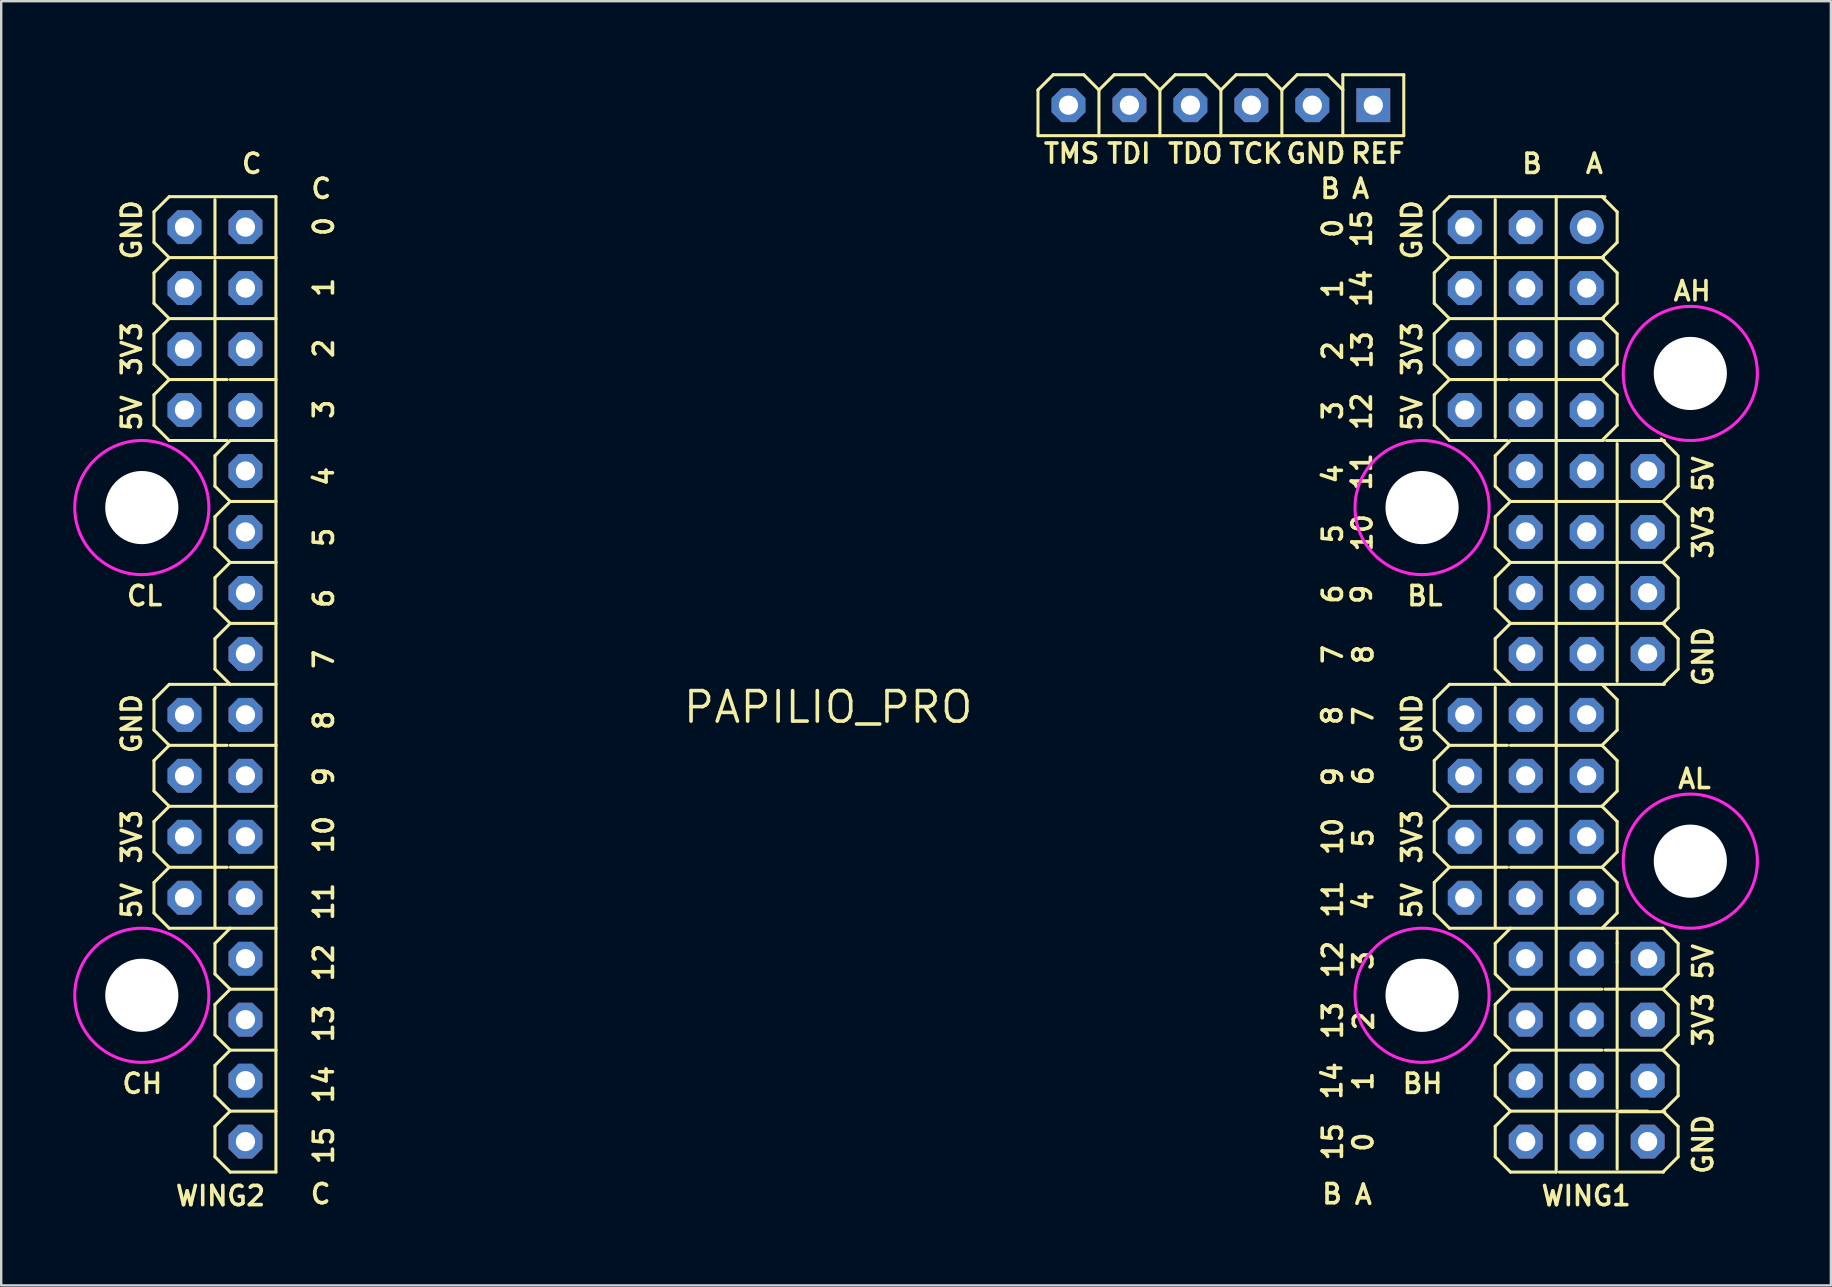
<source format=kicad_pcb>
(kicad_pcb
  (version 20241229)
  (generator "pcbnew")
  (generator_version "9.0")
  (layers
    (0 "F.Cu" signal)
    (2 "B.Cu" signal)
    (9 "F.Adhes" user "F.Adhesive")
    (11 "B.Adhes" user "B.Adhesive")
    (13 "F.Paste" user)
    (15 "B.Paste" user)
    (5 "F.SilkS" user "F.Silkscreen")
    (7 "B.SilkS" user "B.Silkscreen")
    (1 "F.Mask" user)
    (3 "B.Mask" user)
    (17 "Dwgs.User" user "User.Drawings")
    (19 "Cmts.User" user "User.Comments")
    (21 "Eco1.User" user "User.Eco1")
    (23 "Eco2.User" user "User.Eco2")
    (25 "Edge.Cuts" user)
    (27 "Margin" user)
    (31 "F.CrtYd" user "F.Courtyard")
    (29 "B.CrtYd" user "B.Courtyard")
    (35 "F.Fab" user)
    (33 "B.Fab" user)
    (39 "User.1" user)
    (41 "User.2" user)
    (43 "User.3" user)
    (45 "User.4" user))
  (footprint "PAPILIO_PRO"
    (layer "F.Cu")
    (at 63.056 6.413)
    (property "Reference" "PAPILIO_PRO" (at -31.6 20 0) (layer "F.SilkS") (effects (font (size 1.27 1.27) (thickness 0.15))))
    (fp_line (start -59.69 -0.635) (end -59.055 -1.27) (stroke (width 0.127) (type solid)) (layer "F.SilkS"))
    (fp_line (start -59.69 0.635) (end -59.69 -0.635) (stroke (width 0.127) (type solid)) (layer "F.SilkS"))
    (fp_line (start -59.69 1.905) (end -59.055 1.27) (stroke (width 0.127) (type solid)) (layer "F.SilkS"))
    (fp_line (start -59.69 3.175) (end -59.69 1.905) (stroke (width 0.127) (type solid)) (layer "F.SilkS"))
    (fp_line (start -59.69 4.445) (end -59.055 3.81) (stroke (width 0.127) (type solid)) (layer "F.SilkS"))
    (fp_line (start -59.69 5.715) (end -59.69 4.445) (stroke (width 0.127) (type solid)) (layer "F.SilkS"))
    (fp_line (start -59.69 5.715) (end -59.055 6.35) (stroke (width 0.127) (type solid)) (layer "F.SilkS"))
    (fp_line (start -59.69 6.985) (end -59.055 6.35) (stroke (width 0.127) (type solid)) (layer "F.SilkS"))
    (fp_line (start -59.69 8.255) (end -59.69 6.985) (stroke (width 0.127) (type solid)) (layer "F.SilkS"))
    (fp_line (start -59.69 19.685) (end -59.055 19.05) (stroke (width 0.127) (type solid)) (layer "F.SilkS"))
    (fp_line (start -59.69 20.955) (end -59.69 19.685) (stroke (width 0.127) (type solid)) (layer "F.SilkS"))
    (fp_line (start -59.69 22.225) (end -59.055 21.59) (stroke (width 0.127) (type solid)) (layer "F.SilkS"))
    (fp_line (start -59.69 23.495) (end -59.69 22.225) (stroke (width 0.127) (type solid)) (layer "F.SilkS"))
    (fp_line (start -59.69 24.765) (end -59.055 24.13) (stroke (width 0.127) (type solid)) (layer "F.SilkS"))
    (fp_line (start -59.69 26.035) (end -59.69 24.765) (stroke (width 0.127) (type solid)) (layer "F.SilkS"))
    (fp_line (start -59.69 26.035) (end -59.055 26.67) (stroke (width 0.127) (type solid)) (layer "F.SilkS"))
    (fp_line (start -59.69 27.305) (end -59.055 26.67) (stroke (width 0.127) (type solid)) (layer "F.SilkS"))
    (fp_line (start -59.69 28.575) (end -59.69 27.305) (stroke (width 0.127) (type solid)) (layer "F.SilkS"))
    (fp_line (start -59.055 -1.27) (end -54.61 -1.27) (stroke (width 0.127) (type solid)) (layer "F.SilkS"))
    (fp_line (start -59.055 1.27) (end -59.69 0.635) (stroke (width 0.127) (type solid)) (layer "F.SilkS"))
    (fp_line (start -59.055 1.27) (end -54.61 1.27) (stroke (width 0.127) (type solid)) (layer "F.SilkS"))
    (fp_line (start -59.055 3.81) (end -59.69 3.175) (stroke (width 0.127) (type solid)) (layer "F.SilkS"))
    (fp_line (start -59.055 3.81) (end -54.61 3.81) (stroke (width 0.127) (type solid)) (layer "F.SilkS"))
    (fp_line (start -59.055 6.35) (end -56.642 6.35) (stroke (width 0.127) (type solid)) (layer "F.SilkS"))
    (fp_line (start -59.055 8.89) (end -59.69 8.255) (stroke (width 0.127) (type solid)) (layer "F.SilkS"))
    (fp_line (start -59.055 8.89) (end -56.642 8.89) (stroke (width 0.127) (type solid)) (layer "F.SilkS"))
    (fp_line (start -59.055 19.05) (end -56.515 19.05) (stroke (width 0.127) (type solid)) (layer "F.SilkS"))
    (fp_line (start -59.055 21.59) (end -59.69 20.955) (stroke (width 0.127) (type solid)) (layer "F.SilkS"))
    (fp_line (start -59.055 21.59) (end -56.642 21.59) (stroke (width 0.127) (type solid)) (layer "F.SilkS"))
    (fp_line (start -59.055 24.13) (end -59.69 23.495) (stroke (width 0.127) (type solid)) (layer "F.SilkS"))
    (fp_line (start -59.055 24.13) (end -54.61 24.13) (stroke (width 0.127) (type solid)) (layer "F.SilkS"))
    (fp_line (start -59.055 26.67) (end -56.642 26.67) (stroke (width 0.127) (type solid)) (layer "F.SilkS"))
    (fp_line (start -59.055 29.21) (end -59.69 28.575) (stroke (width 0.127) (type solid)) (layer "F.SilkS"))
    (fp_line (start -59.055 29.21) (end -56.515 29.21) (stroke (width 0.127) (type solid)) (layer "F.SilkS"))
    (fp_line (start -57.15 1.143) (end -57.15 -1.143) (stroke (width 0.127) (type solid)) (layer "F.SilkS"))
    (fp_line (start -57.15 8.763) (end -57.15 1.397) (stroke (width 0.127) (type solid)) (layer "F.SilkS"))
    (fp_line (start -57.15 9.525) (end -56.515 8.89) (stroke (width 0.127) (type solid)) (layer "F.SilkS"))
    (fp_line (start -57.15 10.795) (end -57.15 9.525) (stroke (width 0.127) (type solid)) (layer "F.SilkS"))
    (fp_line (start -57.15 12.065) (end -56.515 11.43) (stroke (width 0.127) (type solid)) (layer "F.SilkS"))
    (fp_line (start -57.15 13.335) (end -57.15 12.065) (stroke (width 0.127) (type solid)) (layer "F.SilkS"))
    (fp_line (start -57.15 13.335) (end -56.515 13.97) (stroke (width 0.127) (type solid)) (layer "F.SilkS"))
    (fp_line (start -57.15 14.605) (end -56.515 13.97) (stroke (width 0.127) (type solid)) (layer "F.SilkS"))
    (fp_line (start -57.15 15.875) (end -57.15 14.605) (stroke (width 0.127) (type solid)) (layer "F.SilkS"))
    (fp_line (start -57.15 17.145) (end -56.515 16.51) (stroke (width 0.127) (type solid)) (layer "F.SilkS"))
    (fp_line (start -57.15 18.415) (end -57.15 17.145) (stroke (width 0.127) (type solid)) (layer "F.SilkS"))
    (fp_line (start -57.15 29.185) (end -57.15 19.177) (stroke (width 0.127) (type solid)) (layer "F.SilkS"))
    (fp_line (start -57.15 29.845) (end -56.515 29.21) (stroke (width 0.127) (type solid)) (layer "F.SilkS"))
    (fp_line (start -57.15 31.115) (end -57.15 29.845) (stroke (width 0.127) (type solid)) (layer "F.SilkS"))
    (fp_line (start -57.15 31.115) (end -56.515 31.75) (stroke (width 0.127) (type solid)) (layer "F.SilkS"))
    (fp_line (start -57.15 32.385) (end -56.515 31.75) (stroke (width 0.127) (type solid)) (layer "F.SilkS"))
    (fp_line (start -57.15 33.655) (end -57.15 32.385) (stroke (width 0.127) (type solid)) (layer "F.SilkS"))
    (fp_line (start -57.15 34.925) (end -56.515 34.29) (stroke (width 0.127) (type solid)) (layer "F.SilkS"))
    (fp_line (start -57.15 36.195) (end -57.15 34.925) (stroke (width 0.127) (type solid)) (layer "F.SilkS"))
    (fp_line (start -57.15 37.465) (end -56.515 36.83) (stroke (width 0.127) (type solid)) (layer "F.SilkS"))
    (fp_line (start -57.15 38.735) (end -57.15 37.465) (stroke (width 0.127) (type solid)) (layer "F.SilkS"))
    (fp_line (start -57.15 38.735) (end -56.515 39.37) (stroke (width 0.127) (type solid)) (layer "F.SilkS"))
    (fp_line (start -56.515 6.35) (end -54.61 6.35) (stroke (width 0.127) (type solid)) (layer "F.SilkS"))
    (fp_line (start -56.515 8.89) (end -54.61 8.89) (stroke (width 0.127) (type solid)) (layer "F.SilkS"))
    (fp_line (start -56.515 11.43) (end -57.15 10.795) (stroke (width 0.127) (type solid)) (layer "F.SilkS"))
    (fp_line (start -56.515 11.43) (end -54.61 11.43) (stroke (width 0.127) (type solid)) (layer "F.SilkS"))
    (fp_line (start -56.515 13.97) (end -54.61 13.97) (stroke (width 0.127) (type solid)) (layer "F.SilkS"))
    (fp_line (start -56.515 16.51) (end -57.15 15.875) (stroke (width 0.127) (type solid)) (layer "F.SilkS"))
    (fp_line (start -56.515 16.51) (end -54.61 16.51) (stroke (width 0.127) (type solid)) (layer "F.SilkS"))
    (fp_line (start -56.515 19.05) (end -57.15 18.415) (stroke (width 0.127) (type solid)) (layer "F.SilkS"))
    (fp_line (start -56.515 19.05) (end -54.61 19.05) (stroke (width 0.127) (type solid)) (layer "F.SilkS"))
    (fp_line (start -56.515 21.59) (end -54.61 21.59) (stroke (width 0.127) (type solid)) (layer "F.SilkS"))
    (fp_line (start -56.515 26.67) (end -54.61 26.67) (stroke (width 0.127) (type solid)) (layer "F.SilkS"))
    (fp_line (start -56.515 29.21) (end -54.61 29.21) (stroke (width 0.127) (type solid)) (layer "F.SilkS"))
    (fp_line (start -56.515 31.75) (end -54.61 31.75) (stroke (width 0.127) (type solid)) (layer "F.SilkS"))
    (fp_line (start -56.515 34.29) (end -57.15 33.655) (stroke (width 0.127) (type solid)) (layer "F.SilkS"))
    (fp_line (start -56.515 34.29) (end -54.61 34.29) (stroke (width 0.127) (type solid)) (layer "F.SilkS"))
    (fp_line (start -56.515 36.83) (end -57.15 36.195) (stroke (width 0.127) (type solid)) (layer "F.SilkS"))
    (fp_line (start -56.515 36.83) (end -54.61 36.83) (stroke (width 0.127) (type solid)) (layer "F.SilkS"))
    (fp_line (start -56.515 39.37) (end -54.61 39.37) (stroke (width 0.127) (type solid)) (layer "F.SilkS"))
    (fp_line (start -54.61 1.27) (end -54.61 -1.27) (stroke (width 0.127) (type solid)) (layer "F.SilkS"))
    (fp_line (start -54.61 3.81) (end -54.61 1.27) (stroke (width 0.127) (type solid)) (layer "F.SilkS"))
    (fp_line (start -54.61 6.35) (end -54.61 3.81) (stroke (width 0.127) (type solid)) (layer "F.SilkS"))
    (fp_line (start -54.61 8.89) (end -54.61 6.35) (stroke (width 0.127) (type solid)) (layer "F.SilkS"))
    (fp_line (start -54.61 11.43) (end -54.61 8.89) (stroke (width 0.127) (type solid)) (layer "F.SilkS"))
    (fp_line (start -54.61 13.97) (end -54.61 11.43) (stroke (width 0.127) (type solid)) (layer "F.SilkS"))
    (fp_line (start -54.61 16.51) (end -54.61 13.97) (stroke (width 0.127) (type solid)) (layer "F.SilkS"))
    (fp_line (start -54.61 19.05) (end -54.61 16.51) (stroke (width 0.127) (type solid)) (layer "F.SilkS"))
    (fp_line (start -54.61 21.59) (end -54.61 19.05) (stroke (width 0.127) (type solid)) (layer "F.SilkS"))
    (fp_line (start -54.61 24.13) (end -54.61 21.59) (stroke (width 0.127) (type solid)) (layer "F.SilkS"))
    (fp_line (start -54.61 26.67) (end -54.61 24.13) (stroke (width 0.127) (type solid)) (layer "F.SilkS"))
    (fp_line (start -54.61 29.21) (end -54.61 26.67) (stroke (width 0.127) (type solid)) (layer "F.SilkS"))
    (fp_line (start -54.61 31.75) (end -54.61 29.21) (stroke (width 0.127) (type solid)) (layer "F.SilkS"))
    (fp_line (start -54.61 34.29) (end -54.61 31.75) (stroke (width 0.127) (type solid)) (layer "F.SilkS"))
    (fp_line (start -54.61 36.83) (end -54.61 34.29) (stroke (width 0.127) (type solid)) (layer "F.SilkS"))
    (fp_line (start -54.61 39.37) (end -54.61 36.83) (stroke (width 0.127) (type solid)) (layer "F.SilkS"))
    (fp_line (start -22.86 -5.715) (end -22.225 -6.35) (stroke (width 0.127) (type solid)) (layer "F.SilkS"))
    (fp_line (start -22.86 -3.81) (end -22.86 -5.715) (stroke (width 0.127) (type solid)) (layer "F.SilkS"))
    (fp_line (start -22.225 -6.35) (end -20.955 -6.35) (stroke (width 0.127) (type solid)) (layer "F.SilkS"))
    (fp_line (start -20.955 -6.35) (end -20.32 -5.715) (stroke (width 0.127) (type solid)) (layer "F.SilkS"))
    (fp_line (start -20.32 -5.715) (end -19.685 -6.35) (stroke (width 0.127) (type solid)) (layer "F.SilkS"))
    (fp_line (start -20.32 -3.81) (end -22.86 -3.81) (stroke (width 0.127) (type solid)) (layer "F.SilkS"))
    (fp_line (start -20.32 -3.81) (end -20.32 -5.715) (stroke (width 0.127) (type solid)) (layer "F.SilkS"))
    (fp_line (start -19.685 -6.35) (end -18.415 -6.35) (stroke (width 0.127) (type solid)) (layer "F.SilkS"))
    (fp_line (start -18.415 -6.35) (end -17.78 -5.715) (stroke (width 0.127) (type solid)) (layer "F.SilkS"))
    (fp_line (start -17.78 -5.715) (end -17.145 -6.35) (stroke (width 0.127) (type solid)) (layer "F.SilkS"))
    (fp_line (start -17.78 -3.81) (end -20.32 -3.81) (stroke (width 0.127) (type solid)) (layer "F.SilkS"))
    (fp_line (start -17.78 -3.81) (end -17.78 -5.715) (stroke (width 0.127) (type solid)) (layer "F.SilkS"))
    (fp_line (start -17.145 -6.35) (end -15.875 -6.35) (stroke (width 0.127) (type solid)) (layer "F.SilkS"))
    (fp_line (start -15.24 -5.715) (end -15.875 -6.35) (stroke (width 0.127) (type solid)) (layer "F.SilkS"))
    (fp_line (start -15.24 -5.715) (end -14.605 -6.35) (stroke (width 0.127) (type solid)) (layer "F.SilkS"))
    (fp_line (start -15.24 -3.81) (end -17.78 -3.81) (stroke (width 0.127) (type solid)) (layer "F.SilkS"))
    (fp_line (start -15.24 -3.81) (end -15.24 -5.715) (stroke (width 0.127) (type solid)) (layer "F.SilkS"))
    (fp_line (start -14.605 -6.35) (end -13.335 -6.35) (stroke (width 0.127) (type solid)) (layer "F.SilkS"))
    (fp_line (start -13.335 -6.35) (end -12.7 -5.715) (stroke (width 0.127) (type solid)) (layer "F.SilkS"))
    (fp_line (start -12.7 -5.715) (end -12.065 -6.35) (stroke (width 0.127) (type solid)) (layer "F.SilkS"))
    (fp_line (start -12.7 -3.81) (end -15.24 -3.81) (stroke (width 0.127) (type solid)) (layer "F.SilkS"))
    (fp_line (start -12.7 -3.81) (end -12.7 -5.715) (stroke (width 0.127) (type solid)) (layer "F.SilkS"))
    (fp_line (start -12.065 -6.35) (end -10.795 -6.35) (stroke (width 0.127) (type solid)) (layer "F.SilkS"))
    (fp_line (start -10.795 -6.35) (end -10.16 -5.715) (stroke (width 0.127) (type solid)) (layer "F.SilkS"))
    (fp_line (start -10.16 -6.35) (end -7.62 -6.35) (stroke (width 0.127) (type solid)) (layer "F.SilkS"))
    (fp_line (start -10.16 -5.715) (end -10.16 -6.35) (stroke (width 0.127) (type solid)) (layer "F.SilkS"))
    (fp_line (start -10.16 -3.81) (end -12.7 -3.81) (stroke (width 0.127) (type solid)) (layer "F.SilkS"))
    (fp_line (start -10.16 -3.81) (end -10.16 -5.715) (stroke (width 0.127) (type solid)) (layer "F.SilkS"))
    (fp_line (start -7.62 -3.81) (end -10.16 -3.81) (stroke (width 0.127) (type solid)) (layer "F.SilkS"))
    (fp_line (start -7.62 -3.81) (end -7.62 -6.35) (stroke (width 0.127) (type solid)) (layer "F.SilkS"))
    (fp_line (start -6.35 -0.635) (end -5.715 -1.27) (stroke (width 0.127) (type solid)) (layer "F.SilkS"))
    (fp_line (start -6.35 0.635) (end -6.35 -0.635) (stroke (width 0.127) (type solid)) (layer "F.SilkS"))
    (fp_line (start -6.35 1.905) (end -5.715 1.27) (stroke (width 0.127) (type solid)) (layer "F.SilkS"))
    (fp_line (start -6.35 3.175) (end -6.35 1.905) (stroke (width 0.127) (type solid)) (layer "F.SilkS"))
    (fp_line (start -6.35 4.445) (end -5.715 3.81) (stroke (width 0.127) (type solid)) (layer "F.SilkS"))
    (fp_line (start -6.35 5.715) (end -6.35 4.445) (stroke (width 0.127) (type solid)) (layer "F.SilkS"))
    (fp_line (start -6.35 5.715) (end -5.715 6.35) (stroke (width 0.127) (type solid)) (layer "F.SilkS"))
    (fp_line (start -6.35 6.985) (end -5.715 6.35) (stroke (width 0.127) (type solid)) (layer "F.SilkS"))
    (fp_line (start -6.35 8.255) (end -6.35 6.985) (stroke (width 0.127) (type solid)) (layer "F.SilkS"))
    (fp_line (start -6.35 19.685) (end -5.715 19.05) (stroke (width 0.127) (type solid)) (layer "F.SilkS"))
    (fp_line (start -6.35 20.955) (end -6.35 19.685) (stroke (width 0.127) (type solid)) (layer "F.SilkS"))
    (fp_line (start -6.35 22.225) (end -5.715 21.59) (stroke (width 0.127) (type solid)) (layer "F.SilkS"))
    (fp_line (start -6.35 23.495) (end -6.35 22.225) (stroke (width 0.127) (type solid)) (layer "F.SilkS"))
    (fp_line (start -6.35 24.765) (end -5.715 24.13) (stroke (width 0.127) (type solid)) (layer "F.SilkS"))
    (fp_line (start -6.35 26.035) (end -6.35 24.765) (stroke (width 0.127) (type solid)) (layer "F.SilkS"))
    (fp_line (start -6.35 26.035) (end -5.715 26.67) (stroke (width 0.127) (type solid)) (layer "F.SilkS"))
    (fp_line (start -6.35 27.305) (end -5.715 26.67) (stroke (width 0.127) (type solid)) (layer "F.SilkS"))
    (fp_line (start -6.35 28.575) (end -6.35 27.305) (stroke (width 0.127) (type solid)) (layer "F.SilkS"))
    (fp_line (start -5.715 -1.27) (end -1.27 -1.27) (stroke (width 0.127) (type solid)) (layer "F.SilkS"))
    (fp_line (start -5.715 1.27) (end -6.35 0.635) (stroke (width 0.127) (type solid)) (layer "F.SilkS"))
    (fp_line (start -5.715 1.27) (end -1.27 1.27) (stroke (width 0.127) (type solid)) (layer "F.SilkS"))
    (fp_line (start -5.715 3.81) (end -6.35 3.175) (stroke (width 0.127) (type solid)) (layer "F.SilkS"))
    (fp_line (start -5.715 3.81) (end -1.27 3.81) (stroke (width 0.127) (type solid)) (layer "F.SilkS"))
    (fp_line (start -5.715 6.35) (end -3.302 6.35) (stroke (width 0.127) (type solid)) (layer "F.SilkS"))
    (fp_line (start -5.715 8.89) (end -6.35 8.255) (stroke (width 0.127) (type solid)) (layer "F.SilkS"))
    (fp_line (start -5.715 8.89) (end -3.302 8.89) (stroke (width 0.127) (type solid)) (layer "F.SilkS"))
    (fp_line (start -5.715 19.05) (end -3.175 19.05) (stroke (width 0.127) (type solid)) (layer "F.SilkS"))
    (fp_line (start -5.715 21.59) (end -6.35 20.955) (stroke (width 0.127) (type solid)) (layer "F.SilkS"))
    (fp_line (start -5.715 21.59) (end -3.302 21.59) (stroke (width 0.127) (type solid)) (layer "F.SilkS"))
    (fp_line (start -5.715 24.13) (end -6.35 23.495) (stroke (width 0.127) (type solid)) (layer "F.SilkS"))
    (fp_line (start -5.715 24.13) (end -1.27 24.13) (stroke (width 0.127) (type solid)) (layer "F.SilkS"))
    (fp_line (start -5.715 26.67) (end -3.302 26.67) (stroke (width 0.127) (type solid)) (layer "F.SilkS"))
    (fp_line (start -5.715 29.21) (end -6.35 28.575) (stroke (width 0.127) (type solid)) (layer "F.SilkS"))
    (fp_line (start -5.715 29.21) (end -3.175 29.21) (stroke (width 0.127) (type solid)) (layer "F.SilkS"))
    (fp_line (start -3.81 1.143) (end -3.81 -1.143) (stroke (width 0.127) (type solid)) (layer "F.SilkS"))
    (fp_line (start -3.81 8.763) (end -3.81 1.397) (stroke (width 0.127) (type solid)) (layer "F.SilkS"))
    (fp_line (start -3.81 9.525) (end -3.175 8.89) (stroke (width 0.127) (type solid)) (layer "F.SilkS"))
    (fp_line (start -3.81 10.795) (end -3.81 9.525) (stroke (width 0.127) (type solid)) (layer "F.SilkS"))
    (fp_line (start -3.81 12.065) (end -3.175 11.43) (stroke (width 0.127) (type solid)) (layer "F.SilkS"))
    (fp_line (start -3.81 13.335) (end -3.81 12.065) (stroke (width 0.127) (type solid)) (layer "F.SilkS"))
    (fp_line (start -3.81 13.335) (end -3.175 13.97) (stroke (width 0.127) (type solid)) (layer "F.SilkS"))
    (fp_line (start -3.81 14.605) (end -3.175 13.97) (stroke (width 0.127) (type solid)) (layer "F.SilkS"))
    (fp_line (start -3.81 15.875) (end -3.81 14.605) (stroke (width 0.127) (type solid)) (layer "F.SilkS"))
    (fp_line (start -3.81 17.145) (end -3.175 16.51) (stroke (width 0.127) (type solid)) (layer "F.SilkS"))
    (fp_line (start -3.81 18.415) (end -3.81 17.145) (stroke (width 0.127) (type solid)) (layer "F.SilkS"))
    (fp_line (start -3.81 29.185) (end -3.81 19.177) (stroke (width 0.127) (type solid)) (layer "F.SilkS"))
    (fp_line (start -3.81 29.845) (end -3.175 29.21) (stroke (width 0.127) (type solid)) (layer "F.SilkS"))
    (fp_line (start -3.81 31.115) (end -3.81 29.845) (stroke (width 0.127) (type solid)) (layer "F.SilkS"))
    (fp_line (start -3.81 31.115) (end -3.175 31.75) (stroke (width 0.127) (type solid)) (layer "F.SilkS"))
    (fp_line (start -3.81 32.385) (end -3.175 31.75) (stroke (width 0.127) (type solid)) (layer "F.SilkS"))
    (fp_line (start -3.81 33.655) (end -3.81 32.385) (stroke (width 0.127) (type solid)) (layer "F.SilkS"))
    (fp_line (start -3.81 34.925) (end -3.175 34.29) (stroke (width 0.127) (type solid)) (layer "F.SilkS"))
    (fp_line (start -3.81 36.195) (end -3.81 34.925) (stroke (width 0.127) (type solid)) (layer "F.SilkS"))
    (fp_line (start -3.81 37.465) (end -3.175 36.83) (stroke (width 0.127) (type solid)) (layer "F.SilkS"))
    (fp_line (start -3.81 38.735) (end -3.81 37.465) (stroke (width 0.127) (type solid)) (layer "F.SilkS"))
    (fp_line (start -3.81 38.735) (end -3.175 39.37) (stroke (width 0.127) (type solid)) (layer "F.SilkS"))
    (fp_line (start -3.175 6.35) (end -1.27 6.35) (stroke (width 0.127) (type solid)) (layer "F.SilkS"))
    (fp_line (start -3.175 8.89) (end -1.27 8.89) (stroke (width 0.127) (type solid)) (layer "F.SilkS"))
    (fp_line (start -3.175 11.43) (end -3.81 10.795) (stroke (width 0.127) (type solid)) (layer "F.SilkS"))
    (fp_line (start -3.175 11.43) (end -1.27 11.43) (stroke (width 0.127) (type solid)) (layer "F.SilkS"))
    (fp_line (start -3.175 13.97) (end -1.27 13.97) (stroke (width 0.127) (type solid)) (layer "F.SilkS"))
    (fp_line (start -3.175 16.51) (end -3.81 15.875) (stroke (width 0.127) (type solid)) (layer "F.SilkS"))
    (fp_line (start -3.175 16.51) (end -1.27 16.51) (stroke (width 0.127) (type solid)) (layer "F.SilkS"))
    (fp_line (start -3.175 19.05) (end -3.81 18.415) (stroke (width 0.127) (type solid)) (layer "F.SilkS"))
    (fp_line (start -3.175 19.05) (end -1.27 19.05) (stroke (width 0.127) (type solid)) (layer "F.SilkS"))
    (fp_line (start -3.175 21.59) (end -1.27 21.59) (stroke (width 0.127) (type solid)) (layer "F.SilkS"))
    (fp_line (start -3.175 26.67) (end -1.27 26.67) (stroke (width 0.127) (type solid)) (layer "F.SilkS"))
    (fp_line (start -3.175 29.21) (end -1.27 29.21) (stroke (width 0.127) (type solid)) (layer "F.SilkS"))
    (fp_line (start -3.175 31.75) (end -1.27 31.75) (stroke (width 0.127) (type solid)) (layer "F.SilkS"))
    (fp_line (start -3.175 34.29) (end -3.81 33.655) (stroke (width 0.127) (type solid)) (layer "F.SilkS"))
    (fp_line (start -3.175 34.29) (end -1.27 34.29) (stroke (width 0.127) (type solid)) (layer "F.SilkS"))
    (fp_line (start -3.175 36.83) (end -3.81 36.195) (stroke (width 0.127) (type solid)) (layer "F.SilkS"))
    (fp_line (start -3.175 36.83) (end -1.27 36.83) (stroke (width 0.127) (type solid)) (layer "F.SilkS"))
    (fp_line (start -3.175 39.37) (end -1.27 39.37) (stroke (width 0.127) (type solid)) (layer "F.SilkS"))
    (fp_line (start -1.27 -1.27) (end 0.762 -1.27) (stroke (width 0.127) (type solid)) (layer "F.SilkS"))
    (fp_line (start -1.27 1.27) (end -1.27 -1.27) (stroke (width 0.127) (type solid)) (layer "F.SilkS"))
    (fp_line (start -1.27 3.81) (end -1.27 1.27) (stroke (width 0.127) (type solid)) (layer "F.SilkS"))
    (fp_line (start -1.27 6.35) (end -1.27 3.81) (stroke (width 0.127) (type solid)) (layer "F.SilkS"))
    (fp_line (start -1.27 8.89) (end -1.27 6.35) (stroke (width 0.127) (type solid)) (layer "F.SilkS"))
    (fp_line (start -1.27 11.43) (end -1.27 8.89) (stroke (width 0.127) (type solid)) (layer "F.SilkS"))
    (fp_line (start -1.27 13.97) (end -1.27 11.43) (stroke (width 0.127) (type solid)) (layer "F.SilkS"))
    (fp_line (start -1.27 16.51) (end -1.27 13.97) (stroke (width 0.127) (type solid)) (layer "F.SilkS"))
    (fp_line (start -1.27 19.05) (end -1.27 16.51) (stroke (width 0.127) (type solid)) (layer "F.SilkS"))
    (fp_line (start -1.27 21.59) (end -1.27 19.05) (stroke (width 0.127) (type solid)) (layer "F.SilkS"))
    (fp_line (start -1.27 21.59) (end 0.61 21.59) (stroke (width 0.127) (type solid)) (layer "F.SilkS"))
    (fp_line (start -1.27 24.13) (end -1.27 21.59) (stroke (width 0.127) (type solid)) (layer "F.SilkS"))
    (fp_line (start -1.27 24.13) (end 0.61 24.13) (stroke (width 0.127) (type solid)) (layer "F.SilkS"))
    (fp_line (start -1.27 26.67) (end -1.27 24.13) (stroke (width 0.127) (type solid)) (layer "F.SilkS"))
    (fp_line (start -1.27 26.67) (end 0.61 26.67) (stroke (width 0.127) (type solid)) (layer "F.SilkS"))
    (fp_line (start -1.27 29.21) (end -1.27 26.67) (stroke (width 0.127) (type solid)) (layer "F.SilkS"))
    (fp_line (start -1.27 29.21) (end 3.175 29.21) (stroke (width 0.127) (type solid)) (layer "F.SilkS"))
    (fp_line (start -1.27 31.75) (end -1.27 29.21) (stroke (width 0.127) (type solid)) (layer "F.SilkS"))
    (fp_line (start -1.27 31.75) (end 0.635 31.75) (stroke (width 0.127) (type solid)) (layer "F.SilkS"))
    (fp_line (start -1.27 34.29) (end -1.27 31.75) (stroke (width 0.127) (type solid)) (layer "F.SilkS"))
    (fp_line (start -1.27 34.29) (end 0.635 34.29) (stroke (width 0.127) (type solid)) (layer "F.SilkS"))
    (fp_line (start -1.27 36.83) (end -1.27 34.29) (stroke (width 0.127) (type solid)) (layer "F.SilkS"))
    (fp_line (start -1.27 39.37) (end -1.27 36.83) (stroke (width 0.127) (type solid)) (layer "F.SilkS"))
    (fp_line (start -1.245 36.83) (end 2.54 36.83) (stroke (width 0.127) (type solid)) (layer "F.SilkS"))
    (fp_line (start -1.206 1.27) (end 0.699 1.27) (stroke (width 0.127) (type solid)) (layer "F.SilkS"))
    (fp_line (start -1.206 3.81) (end 0.699 3.81) (stroke (width 0.127) (type solid)) (layer "F.SilkS"))
    (fp_line (start -1.206 6.35) (end 0.699 6.35) (stroke (width 0.127) (type solid)) (layer "F.SilkS"))
    (fp_line (start -1.206 8.89) (end 0.699 8.89) (stroke (width 0.127) (type solid)) (layer "F.SilkS"))
    (fp_line (start -1.206 11.43) (end 3.086 11.43) (stroke (width 0.127) (type solid)) (layer "F.SilkS"))
    (fp_line (start -1.206 13.97) (end 3.086 13.97) (stroke (width 0.127) (type solid)) (layer "F.SilkS"))
    (fp_line (start -1.206 16.51) (end 3.239 16.51) (stroke (width 0.127) (type solid)) (layer "F.SilkS"))
    (fp_line (start -1.206 19.05) (end 3.239 19.05) (stroke (width 0.127) (type solid)) (layer "F.SilkS"))
    (fp_line (start -1.143 39.37) (end 3.2 39.37) (stroke (width 0.127) (type solid)) (layer "F.SilkS"))
    (fp_line (start 0.635 -1.27) (end 1.27 -0.635) (stroke (width 0.127) (type solid)) (layer "F.SilkS"))
    (fp_line (start 0.635 1.27) (end 1.27 1.905) (stroke (width 0.127) (type solid)) (layer "F.SilkS"))
    (fp_line (start 0.635 3.81) (end 1.27 4.445) (stroke (width 0.127) (type solid)) (layer "F.SilkS"))
    (fp_line (start 0.635 6.35) (end 1.27 5.715) (stroke (width 0.127) (type solid)) (layer "F.SilkS"))
    (fp_line (start 0.635 6.35) (end 1.27 6.985) (stroke (width 0.127) (type solid)) (layer "F.SilkS"))
    (fp_line (start 0.635 19.05) (end 1.27 19.685) (stroke (width 0.127) (type solid)) (layer "F.SilkS"))
    (fp_line (start 0.635 21.59) (end 1.27 22.225) (stroke (width 0.127) (type solid)) (layer "F.SilkS"))
    (fp_line (start 0.635 24.13) (end 1.27 23.495) (stroke (width 0.127) (type solid)) (layer "F.SilkS"))
    (fp_line (start 0.635 24.13) (end 1.27 24.765) (stroke (width 0.127) (type solid)) (layer "F.SilkS"))
    (fp_line (start 0.635 26.67) (end 1.27 27.305) (stroke (width 0.127) (type solid)) (layer "F.SilkS"))
    (fp_line (start 0.762 31.75) (end 3.175 31.75) (stroke (width 0.127) (type solid)) (layer "F.SilkS"))
    (fp_line (start 0.762 34.29) (end 3.175 34.29) (stroke (width 0.127) (type solid)) (layer "F.SilkS"))
    (fp_line (start 0.826 8.89) (end 3.239 8.89) (stroke (width 0.127) (type solid)) (layer "F.SilkS"))
    (fp_line (start 1.27 -0.635) (end 1.27 0.635) (stroke (width 0.127) (type solid)) (layer "F.SilkS"))
    (fp_line (start 1.27 0.635) (end 0.635 1.27) (stroke (width 0.127) (type solid)) (layer "F.SilkS"))
    (fp_line (start 1.27 1.905) (end 1.27 3.175) (stroke (width 0.127) (type solid)) (layer "F.SilkS"))
    (fp_line (start 1.27 3.175) (end 0.635 3.81) (stroke (width 0.127) (type solid)) (layer "F.SilkS"))
    (fp_line (start 1.27 4.445) (end 1.27 5.715) (stroke (width 0.127) (type solid)) (layer "F.SilkS"))
    (fp_line (start 1.27 6.985) (end 1.27 8.255) (stroke (width 0.127) (type solid)) (layer "F.SilkS"))
    (fp_line (start 1.27 8.255) (end 0.635 8.89) (stroke (width 0.127) (type solid)) (layer "F.SilkS"))
    (fp_line (start 1.27 9.017) (end 1.27 18.923) (stroke (width 0.127) (type solid)) (layer "F.SilkS"))
    (fp_line (start 1.27 19.685) (end 1.27 20.955) (stroke (width 0.127) (type solid)) (layer "F.SilkS"))
    (fp_line (start 1.27 20.955) (end 0.635 21.59) (stroke (width 0.127) (type solid)) (layer "F.SilkS"))
    (fp_line (start 1.27 22.225) (end 1.27 23.495) (stroke (width 0.127) (type solid)) (layer "F.SilkS"))
    (fp_line (start 1.27 24.765) (end 1.27 26.035) (stroke (width 0.127) (type solid)) (layer "F.SilkS"))
    (fp_line (start 1.27 26.035) (end 0.635 26.67) (stroke (width 0.127) (type solid)) (layer "F.SilkS"))
    (fp_line (start 1.27 27.305) (end 1.27 28.575) (stroke (width 0.127) (type solid)) (layer "F.SilkS"))
    (fp_line (start 1.27 28.575) (end 0.635 29.21) (stroke (width 0.127) (type solid)) (layer "F.SilkS"))
    (fp_line (start 1.27 29.337) (end 1.27 29.845) (stroke (width 0.127) (type solid)) (layer "F.SilkS"))
    (fp_line (start 1.27 29.845) (end 1.27 30.607) (stroke (width 0.127) (type solid)) (layer "F.SilkS"))
    (fp_line (start 1.27 30.607) (end 1.27 36.703) (stroke (width 0.127) (type solid)) (layer "F.SilkS"))
    (fp_line (start 1.27 36.957) (end 1.27 39.243) (stroke (width 0.127) (type solid)) (layer "F.SilkS"))
    (fp_line (start 1.346 36.855) (end 3.251 36.855) (stroke (width 0.127) (type solid)) (layer "F.SilkS"))
    (fp_line (start 3.111 8.826) (end 3.747 9.461) (stroke (width 0.127) (type solid)) (layer "F.SilkS"))
    (fp_line (start 3.175 11.43) (end 3.81 10.795) (stroke (width 0.127) (type solid)) (layer "F.SilkS"))
    (fp_line (start 3.175 11.43) (end 3.81 12.065) (stroke (width 0.127) (type solid)) (layer "F.SilkS"))
    (fp_line (start 3.175 13.97) (end 3.81 14.605) (stroke (width 0.127) (type solid)) (layer "F.SilkS"))
    (fp_line (start 3.175 16.51) (end 3.81 17.145) (stroke (width 0.127) (type solid)) (layer "F.SilkS"))
    (fp_line (start 3.175 29.21) (end 3.81 29.845) (stroke (width 0.127) (type solid)) (layer "F.SilkS"))
    (fp_line (start 3.175 31.75) (end 3.81 31.115) (stroke (width 0.127) (type solid)) (layer "F.SilkS"))
    (fp_line (start 3.175 31.75) (end 3.81 32.385) (stroke (width 0.127) (type solid)) (layer "F.SilkS"))
    (fp_line (start 3.175 34.29) (end 3.81 34.925) (stroke (width 0.127) (type solid)) (layer "F.SilkS"))
    (fp_line (start 3.175 36.83) (end 3.81 37.465) (stroke (width 0.127) (type solid)) (layer "F.SilkS"))
    (fp_line (start 3.81 9.525) (end 3.81 10.795) (stroke (width 0.127) (type solid)) (layer "F.SilkS"))
    (fp_line (start 3.81 12.065) (end 3.81 13.335) (stroke (width 0.127) (type solid)) (layer "F.SilkS"))
    (fp_line (start 3.81 13.335) (end 3.175 13.97) (stroke (width 0.127) (type solid)) (layer "F.SilkS"))
    (fp_line (start 3.81 14.605) (end 3.81 15.875) (stroke (width 0.127) (type solid)) (layer "F.SilkS"))
    (fp_line (start 3.81 15.875) (end 3.175 16.51) (stroke (width 0.127) (type solid)) (layer "F.SilkS"))
    (fp_line (start 3.81 17.145) (end 3.81 18.415) (stroke (width 0.127) (type solid)) (layer "F.SilkS"))
    (fp_line (start 3.81 18.415) (end 3.175 19.05) (stroke (width 0.127) (type solid)) (layer "F.SilkS"))
    (fp_line (start 3.81 29.845) (end 3.81 31.115) (stroke (width 0.127) (type solid)) (layer "F.SilkS"))
    (fp_line (start 3.81 32.385) (end 3.81 33.655) (stroke (width 0.127) (type solid)) (layer "F.SilkS"))
    (fp_line (start 3.81 33.655) (end 3.175 34.29) (stroke (width 0.127) (type solid)) (layer "F.SilkS"))
    (fp_line (start 3.81 34.925) (end 3.81 36.195) (stroke (width 0.127) (type solid)) (layer "F.SilkS"))
    (fp_line (start 3.81 36.195) (end 3.175 36.83) (stroke (width 0.127) (type solid)) (layer "F.SilkS"))
    (fp_line (start 3.81 37.465) (end 3.81 38.735) (stroke (width 0.127) (type solid)) (layer "F.SilkS"))
    (fp_line (start 3.81 38.735) (end 3.175 39.37) (stroke (width 0.127) (type solid)) (layer "F.SilkS"))
    (fp_circle (center -60.198 11.684) (end -57.404 11.684) (stroke (width 0.127) (type solid)) (fill no) (layer "F.CrtYd"))
    (fp_circle (center -60.198 32.004) (end -57.404 32.004) (stroke (width 0.127) (type solid)) (fill no) (layer "F.CrtYd"))
    (fp_circle (center -6.858 11.684) (end -4.064 11.684) (stroke (width 0.127) (type solid)) (fill no) (layer "F.CrtYd"))
    (fp_circle (center -6.858 32.004) (end -4.064 32.004) (stroke (width 0.127) (type solid)) (fill no) (layer "F.CrtYd"))
    (fp_circle (center 4.318 6.096) (end 7.112 6.096) (stroke (width 0.127) (type solid)) (fill no) (layer "F.CrtYd"))
    (fp_circle (center 4.318 26.416) (end 7.112 26.416) (stroke (width 0.127) (type solid)) (fill no) (layer "F.CrtYd"))
    (fp_poly (pts (xy -58.674 0.254) (xy -58.166 0.254) (xy -58.166 -0.254) (xy -58.674 -0.254)) (stroke (width 0.1) (type default)) (fill no) (layer "F.Fab"))
    (fp_poly (pts (xy -58.674 2.794) (xy -58.166 2.794) (xy -58.166 2.286) (xy -58.674 2.286)) (stroke (width 0.1) (type default)) (fill no) (layer "F.Fab"))
    (fp_poly (pts (xy -58.674 5.334) (xy -58.166 5.334) (xy -58.166 4.826) (xy -58.674 4.826)) (stroke (width 0.1) (type default)) (fill no) (layer "F.Fab"))
    (fp_poly (pts (xy -58.674 7.874) (xy -58.166 7.874) (xy -58.166 7.366) (xy -58.674 7.366)) (stroke (width 0.1) (type default)) (fill no) (layer "F.Fab"))
    (fp_poly (pts (xy -58.674 20.574) (xy -58.166 20.574) (xy -58.166 20.066) (xy -58.674 20.066)) (stroke (width 0.1) (type default)) (fill no) (layer "F.Fab"))
    (fp_poly (pts (xy -58.674 23.114) (xy -58.166 23.114) (xy -58.166 22.606) (xy -58.674 22.606)) (stroke (width 0.1) (type default)) (fill no) (layer "F.Fab"))
    (fp_poly (pts (xy -58.674 25.654) (xy -58.166 25.654) (xy -58.166 25.146) (xy -58.674 25.146)) (stroke (width 0.1) (type default)) (fill no) (layer "F.Fab"))
    (fp_poly (pts (xy -58.674 28.194) (xy -58.166 28.194) (xy -58.166 27.686) (xy -58.674 27.686)) (stroke (width 0.1) (type default)) (fill no) (layer "F.Fab"))
    (fp_poly (pts (xy -56.134 0.254) (xy -55.626 0.254) (xy -55.626 -0.254) (xy -56.134 -0.254)) (stroke (width 0.1) (type default)) (fill no) (layer "F.Fab"))
    (fp_poly (pts (xy -56.134 2.794) (xy -55.626 2.794) (xy -55.626 2.286) (xy -56.134 2.286)) (stroke (width 0.1) (type default)) (fill no) (layer "F.Fab"))
    (fp_poly (pts (xy -56.134 5.334) (xy -55.626 5.334) (xy -55.626 4.826) (xy -56.134 4.826)) (stroke (width 0.1) (type default)) (fill no) (layer "F.Fab"))
    (fp_poly (pts (xy -56.134 7.874) (xy -55.626 7.874) (xy -55.626 7.366) (xy -56.134 7.366)) (stroke (width 0.1) (type default)) (fill no) (layer "F.Fab"))
    (fp_poly (pts (xy -56.134 10.414) (xy -55.626 10.414) (xy -55.626 9.906) (xy -56.134 9.906)) (stroke (width 0.1) (type default)) (fill no) (layer "F.Fab"))
    (fp_poly (pts (xy -56.134 12.954) (xy -55.626 12.954) (xy -55.626 12.446) (xy -56.134 12.446)) (stroke (width 0.1) (type default)) (fill no) (layer "F.Fab"))
    (fp_poly (pts (xy -56.134 15.494) (xy -55.626 15.494) (xy -55.626 14.986) (xy -56.134 14.986)) (stroke (width 0.1) (type default)) (fill no) (layer "F.Fab"))
    (fp_poly (pts (xy -56.134 18.034) (xy -55.626 18.034) (xy -55.626 17.526) (xy -56.134 17.526)) (stroke (width 0.1) (type default)) (fill no) (layer "F.Fab"))
    (fp_poly (pts (xy -56.134 20.574) (xy -55.626 20.574) (xy -55.626 20.066) (xy -56.134 20.066)) (stroke (width 0.1) (type default)) (fill no) (layer "F.Fab"))
    (fp_poly (pts (xy -56.134 23.114) (xy -55.626 23.114) (xy -55.626 22.606) (xy -56.134 22.606)) (stroke (width 0.1) (type default)) (fill no) (layer "F.Fab"))
    (fp_poly (pts (xy -56.134 25.654) (xy -55.626 25.654) (xy -55.626 25.146) (xy -56.134 25.146)) (stroke (width 0.1) (type default)) (fill no) (layer "F.Fab"))
    (fp_poly (pts (xy -56.134 28.194) (xy -55.626 28.194) (xy -55.626 27.686) (xy -56.134 27.686)) (stroke (width 0.1) (type default)) (fill no) (layer "F.Fab"))
    (fp_poly (pts (xy -56.134 30.734) (xy -55.626 30.734) (xy -55.626 30.226) (xy -56.134 30.226)) (stroke (width 0.1) (type default)) (fill no) (layer "F.Fab"))
    (fp_poly (pts (xy -56.134 30.734) (xy -55.626 30.734) (xy -55.626 30.226) (xy -56.134 30.226)) (stroke (width 0.1) (type default)) (fill no) (layer "F.Fab"))
    (fp_poly (pts (xy -56.134 33.274) (xy -55.626 33.274) (xy -55.626 32.766) (xy -56.134 32.766)) (stroke (width 0.1) (type default)) (fill no) (layer "F.Fab"))
    (fp_poly (pts (xy -56.134 35.814) (xy -55.626 35.814) (xy -55.626 35.306) (xy -56.134 35.306)) (stroke (width 0.1) (type default)) (fill no) (layer "F.Fab"))
    (fp_poly (pts (xy -56.134 38.354) (xy -55.626 38.354) (xy -55.626 37.846) (xy -56.134 37.846)) (stroke (width 0.1) (type default)) (fill no) (layer "F.Fab"))
    (fp_poly (pts (xy -21.844 -4.826) (xy -21.336 -4.826) (xy -21.336 -5.334) (xy -21.844 -5.334)) (stroke (width 0.1) (type default)) (fill no) (layer "F.Fab"))
    (fp_poly (pts (xy -19.304 -4.826) (xy -18.796 -4.826) (xy -18.796 -5.334) (xy -19.304 -5.334)) (stroke (width 0.1) (type default)) (fill no) (layer "F.Fab"))
    (fp_poly (pts (xy -16.764 -4.826) (xy -16.256 -4.826) (xy -16.256 -5.334) (xy -16.764 -5.334)) (stroke (width 0.1) (type default)) (fill no) (layer "F.Fab"))
    (fp_poly (pts (xy -14.224 -4.826) (xy -13.716 -4.826) (xy -13.716 -5.334) (xy -14.224 -5.334)) (stroke (width 0.1) (type default)) (fill no) (layer "F.Fab"))
    (fp_poly (pts (xy -11.684 -4.826) (xy -11.176 -4.826) (xy -11.176 -5.334) (xy -11.684 -5.334)) (stroke (width 0.1) (type default)) (fill no) (layer "F.Fab"))
    (fp_poly (pts (xy -9.144 -4.826) (xy -8.636 -4.826) (xy -8.636 -5.334) (xy -9.144 -5.334)) (stroke (width 0.1) (type default)) (fill no) (layer "F.Fab"))
    (fp_poly (pts (xy -5.334 0.254) (xy -4.826 0.254) (xy -4.826 -0.254) (xy -5.334 -0.254)) (stroke (width 0.1) (type default)) (fill no) (layer "F.Fab"))
    (fp_poly (pts (xy -5.334 2.794) (xy -4.826 2.794) (xy -4.826 2.286) (xy -5.334 2.286)) (stroke (width 0.1) (type default)) (fill no) (layer "F.Fab"))
    (fp_poly (pts (xy -5.334 5.334) (xy -4.826 5.334) (xy -4.826 4.826) (xy -5.334 4.826)) (stroke (width 0.1) (type default)) (fill no) (layer "F.Fab"))
    (fp_poly (pts (xy -5.334 7.874) (xy -4.826 7.874) (xy -4.826 7.366) (xy -5.334 7.366)) (stroke (width 0.1) (type default)) (fill no) (layer "F.Fab"))
    (fp_poly (pts (xy -5.334 20.574) (xy -4.826 20.574) (xy -4.826 20.066) (xy -5.334 20.066)) (stroke (width 0.1) (type default)) (fill no) (layer "F.Fab"))
    (fp_poly (pts (xy -5.334 23.114) (xy -4.826 23.114) (xy -4.826 22.606) (xy -5.334 22.606)) (stroke (width 0.1) (type default)) (fill no) (layer "F.Fab"))
    (fp_poly (pts (xy -5.334 25.654) (xy -4.826 25.654) (xy -4.826 25.146) (xy -5.334 25.146)) (stroke (width 0.1) (type default)) (fill no) (layer "F.Fab"))
    (fp_poly (pts (xy -5.334 28.194) (xy -4.826 28.194) (xy -4.826 27.686) (xy -5.334 27.686)) (stroke (width 0.1) (type default)) (fill no) (layer "F.Fab"))
    (fp_poly (pts (xy -2.794 0.254) (xy -2.286 0.254) (xy -2.286 -0.254) (xy -2.794 -0.254)) (stroke (width 0.1) (type default)) (fill no) (layer "F.Fab"))
    (fp_poly (pts (xy -2.794 2.794) (xy -2.286 2.794) (xy -2.286 2.286) (xy -2.794 2.286)) (stroke (width 0.1) (type default)) (fill no) (layer "F.Fab"))
    (fp_poly (pts (xy -2.794 5.334) (xy -2.286 5.334) (xy -2.286 4.826) (xy -2.794 4.826)) (stroke (width 0.1) (type default)) (fill no) (layer "F.Fab"))
    (fp_poly (pts (xy -2.794 7.874) (xy -2.286 7.874) (xy -2.286 7.366) (xy -2.794 7.366)) (stroke (width 0.1) (type default)) (fill no) (layer "F.Fab"))
    (fp_poly (pts (xy -2.794 10.414) (xy -2.286 10.414) (xy -2.286 9.906) (xy -2.794 9.906)) (stroke (width 0.1) (type default)) (fill no) (layer "F.Fab"))
    (fp_poly (pts (xy -2.794 12.954) (xy -2.286 12.954) (xy -2.286 12.446) (xy -2.794 12.446)) (stroke (width 0.1) (type default)) (fill no) (layer "F.Fab"))
    (fp_poly (pts (xy -2.794 15.494) (xy -2.286 15.494) (xy -2.286 14.986) (xy -2.794 14.986)) (stroke (width 0.1) (type default)) (fill no) (layer "F.Fab"))
    (fp_poly (pts (xy -2.794 18.034) (xy -2.286 18.034) (xy -2.286 17.526) (xy -2.794 17.526)) (stroke (width 0.1) (type default)) (fill no) (layer "F.Fab"))
    (fp_poly (pts (xy -2.794 20.574) (xy -2.286 20.574) (xy -2.286 20.066) (xy -2.794 20.066)) (stroke (width 0.1) (type default)) (fill no) (layer "F.Fab"))
    (fp_poly (pts (xy -2.794 23.114) (xy -2.286 23.114) (xy -2.286 22.606) (xy -2.794 22.606)) (stroke (width 0.1) (type default)) (fill no) (layer "F.Fab"))
    (fp_poly (pts (xy -2.794 25.654) (xy -2.286 25.654) (xy -2.286 25.146) (xy -2.794 25.146)) (stroke (width 0.1) (type default)) (fill no) (layer "F.Fab"))
    (fp_poly (pts (xy -2.794 28.194) (xy -2.286 28.194) (xy -2.286 27.686) (xy -2.794 27.686)) (stroke (width 0.1) (type default)) (fill no) (layer "F.Fab"))
    (fp_poly (pts (xy -2.794 30.734) (xy -2.286 30.734) (xy -2.286 30.226) (xy -2.794 30.226)) (stroke (width 0.1) (type default)) (fill no) (layer "F.Fab"))
    (fp_poly (pts (xy -2.794 30.734) (xy -2.286 30.734) (xy -2.286 30.226) (xy -2.794 30.226)) (stroke (width 0.1) (type default)) (fill no) (layer "F.Fab"))
    (fp_poly (pts (xy -2.794 33.274) (xy -2.286 33.274) (xy -2.286 32.766) (xy -2.794 32.766)) (stroke (width 0.1) (type default)) (fill no) (layer "F.Fab"))
    (fp_poly (pts (xy -2.794 35.814) (xy -2.286 35.814) (xy -2.286 35.306) (xy -2.794 35.306)) (stroke (width 0.1) (type default)) (fill no) (layer "F.Fab"))
    (fp_poly (pts (xy -2.794 38.354) (xy -2.286 38.354) (xy -2.286 37.846) (xy -2.794 37.846)) (stroke (width 0.1) (type default)) (fill no) (layer "F.Fab"))
    (fp_poly (pts (xy 0.254 -0.254) (xy -0.254 -0.254) (xy -0.254 0.254) (xy 0.254 0.254)) (stroke (width 0.1) (type default)) (fill no) (layer "F.Fab"))
    (fp_poly (pts (xy 0.254 2.286) (xy -0.254 2.286) (xy -0.254 2.794) (xy 0.254 2.794)) (stroke (width 0.1) (type default)) (fill no) (layer "F.Fab"))
    (fp_poly (pts (xy 0.254 4.826) (xy -0.254 4.826) (xy -0.254 5.334) (xy 0.254 5.334)) (stroke (width 0.1) (type default)) (fill no) (layer "F.Fab"))
    (fp_poly (pts (xy 0.254 7.366) (xy -0.254 7.366) (xy -0.254 7.874) (xy 0.254 7.874)) (stroke (width 0.1) (type default)) (fill no) (layer "F.Fab"))
    (fp_poly (pts (xy 0.254 9.906) (xy -0.254 9.906) (xy -0.254 10.414) (xy 0.254 10.414)) (stroke (width 0.1) (type default)) (fill no) (layer "F.Fab"))
    (fp_poly (pts (xy 0.254 12.446) (xy -0.254 12.446) (xy -0.254 12.954) (xy 0.254 12.954)) (stroke (width 0.1) (type default)) (fill no) (layer "F.Fab"))
    (fp_poly (pts (xy 0.254 14.986) (xy -0.254 14.986) (xy -0.254 15.494) (xy 0.254 15.494)) (stroke (width 0.1) (type default)) (fill no) (layer "F.Fab"))
    (fp_poly (pts (xy 0.254 17.526) (xy -0.254 17.526) (xy -0.254 18.034) (xy 0.254 18.034)) (stroke (width 0.1) (type default)) (fill no) (layer "F.Fab"))
    (fp_poly (pts (xy 0.254 20.066) (xy -0.254 20.066) (xy -0.254 20.574) (xy 0.254 20.574)) (stroke (width 0.1) (type default)) (fill no) (layer "F.Fab"))
    (fp_poly (pts (xy 0.254 22.606) (xy -0.254 22.606) (xy -0.254 23.114) (xy 0.254 23.114)) (stroke (width 0.1) (type default)) (fill no) (layer "F.Fab"))
    (fp_poly (pts (xy 0.254 25.146) (xy -0.254 25.146) (xy -0.254 25.654) (xy 0.254 25.654)) (stroke (width 0.1) (type default)) (fill no) (layer "F.Fab"))
    (fp_poly (pts (xy 0.254 27.686) (xy -0.254 27.686) (xy -0.254 28.194) (xy 0.254 28.194)) (stroke (width 0.1) (type default)) (fill no) (layer "F.Fab"))
    (fp_poly (pts (xy 0.254 30.226) (xy -0.254 30.226) (xy -0.254 30.734) (xy 0.254 30.734)) (stroke (width 0.1) (type default)) (fill no) (layer "F.Fab"))
    (fp_poly (pts (xy 0.254 32.766) (xy -0.254 32.766) (xy -0.254 33.274) (xy 0.254 33.274)) (stroke (width 0.1) (type default)) (fill no) (layer "F.Fab"))
    (fp_poly (pts (xy 0.254 35.306) (xy -0.254 35.306) (xy -0.254 35.814) (xy 0.254 35.814)) (stroke (width 0.1) (type default)) (fill no) (layer "F.Fab"))
    (fp_poly (pts (xy 0.254 37.846) (xy -0.254 37.846) (xy -0.254 38.354) (xy 0.254 38.354)) (stroke (width 0.1) (type default)) (fill no) (layer "F.Fab"))
    (fp_poly (pts (xy 2.794 9.906) (xy 2.286 9.906) (xy 2.286 10.414) (xy 2.794 10.414)) (stroke (width 0.1) (type default)) (fill no) (layer "F.Fab"))
    (fp_poly (pts (xy 2.794 12.446) (xy 2.286 12.446) (xy 2.286 12.954) (xy 2.794 12.954)) (stroke (width 0.1) (type default)) (fill no) (layer "F.Fab"))
    (fp_poly (pts (xy 2.794 14.986) (xy 2.286 14.986) (xy 2.286 15.494) (xy 2.794 15.494)) (stroke (width 0.1) (type default)) (fill no) (layer "F.Fab"))
    (fp_poly (pts (xy 2.794 17.526) (xy 2.286 17.526) (xy 2.286 18.034) (xy 2.794 18.034)) (stroke (width 0.1) (type default)) (fill no) (layer "F.Fab"))
    (fp_poly (pts (xy 2.794 30.226) (xy 2.286 30.226) (xy 2.286 30.734) (xy 2.794 30.734)) (stroke (width 0.1) (type default)) (fill no) (layer "F.Fab"))
    (fp_poly (pts (xy 2.794 32.766) (xy 2.286 32.766) (xy 2.286 33.274) (xy 2.794 33.274)) (stroke (width 0.1) (type default)) (fill no) (layer "F.Fab"))
    (fp_poly (pts (xy 2.794 35.306) (xy 2.286 35.306) (xy 2.286 35.814) (xy 2.794 35.814)) (stroke (width 0.1) (type default)) (fill no) (layer "F.Fab"))
    (fp_poly (pts (xy 2.794 37.846) (xy 2.286 37.846) (xy 2.286 38.354) (xy 2.794 38.354)) (stroke (width 0.1) (type default)) (fill no) (layer "F.Fab"))
    (fp_text user "3" (at -11.049 7.163 90) (layer "F.SilkS") (effects (font (size 0.8 0.8) (thickness 0.15)) (justify right top)))
    (fp_text user "WING2" (at -58.864 40.831 0) (layer "F.SilkS") (effects (font (size 0.8 0.8) (thickness 0.15)) (justify left bottom)))
    (fp_text user "GND" (at -7.747 -1.206 90) (layer "F.SilkS") (effects (font (size 0.8 0.8) (thickness 0.15)) (justify right top)))
    (fp_text user "5V" (at -61.087 6.921 90) (layer "F.SilkS") (effects (font (size 0.8 0.8) (thickness 0.15)) (justify right top)))
    (fp_text user "0" (at -9.779 37.643 90) (layer "F.SilkS") (effects (font (size 0.8 0.8) (thickness 0.15)) (justify right top)))
    (fp_text user "B" (at -10.185 -2.07 0) (layer "F.SilkS") (effects (font (size 0.8 0.8) (thickness 0.15)) (justify right top)))
    (fp_text user "3" (at -9.779 30.074 90) (layer "F.SilkS") (effects (font (size 0.8 0.8) (thickness 0.15)) (justify right top)))
    (fp_text user "0" (at -11.049 -0.432 90) (layer "F.SilkS") (effects (font (size 0.8 0.8) (thickness 0.15)) (justify right top)))
    (fp_text user "6" (at -11.049 14.808 90) (layer "F.SilkS") (effects (font (size 0.8 0.8) (thickness 0.15)) (justify right top)))
    (fp_text user "5" (at -11.049 12.294 90) (layer "F.SilkS") (effects (font (size 0.8 0.8) (thickness 0.15)) (justify right top)))
    (fp_text user "TDO" (at -17.526 -2.6 0) (layer "F.SilkS") (effects (font (size 0.8 0.8) (thickness 0.15)) (justify left bottom)))
    (fp_text user "7" (at -53.086 17.526 90) (layer "F.SilkS") (effects (font (size 0.8 0.8) (thickness 0.15)) (justify right top)))
    (fp_text user "GND" (at -61.087 19.367 90) (layer "F.SilkS") (effects (font (size 0.8 0.8) (thickness 0.15)) (justify right top)))
    (fp_text user "AL" (at 5.258 22.517 0) (layer "F.SilkS") (effects (font (size 0.8 0.8) (thickness 0.15)) (justify right top)))
    (fp_text user "1" (at -9.779 35.103 90) (layer "F.SilkS") (effects (font (size 0.8 0.8) (thickness 0.15)) (justify right top)))
    (fp_text user "5V" (at -7.747 6.921 90) (layer "F.SilkS") (effects (font (size 0.8 0.8) (thickness 0.15)) (justify right top)))
    (fp_text user "5V" (at 4.381 29.782 90) (layer "F.SilkS") (effects (font (size 0.8 0.8) (thickness 0.15)) (justify right top)))
    (fp_text user "CH" (at -59.258 35.217 0) (layer "F.SilkS") (effects (font (size 0.8 0.8) (thickness 0.15)) (justify right top)))
    (fp_text user "3V3" (at -61.087 3.873 90) (layer "F.SilkS") (effects (font (size 0.8 0.8) (thickness 0.15)) (justify right top)))
    (fp_text user "11" (at -53.086 27.241 90) (layer "F.SilkS") (effects (font (size 0.8 0.8) (thickness 0.15)) (justify right top)))
    (fp_text user "3V3" (at -7.747 24.194 90) (layer "F.SilkS") (effects (font (size 0.8 0.8) (thickness 0.15)) (justify right top)))
    (fp_text user "9" (at -9.842 14.821 90) (layer "F.SilkS") (effects (font (size 0.8 0.8) (thickness 0.15)) (justify right top)))
    (fp_text user "5V" (at -7.747 27.241 90) (layer "F.SilkS") (effects (font (size 0.8 0.8) (thickness 0.15)) (justify right top)))
    (fp_text user "A" (at 0.762 -3.111 0) (layer "F.SilkS") (effects (font (size 0.8 0.8) (thickness 0.15)) (justify right top)))
    (fp_text user "13" (at -9.817 4.255 90) (layer "F.SilkS") (effects (font (size 0.8 0.8) (thickness 0.15)) (justify right top)))
    (fp_text user "GND" (at -12.6 -2.6 0) (layer "F.SilkS") (effects (font (size 0.8 0.8) (thickness 0.15)) (justify left bottom)))
    (fp_text user "C" (at -52.222 -2.07 0) (layer "F.SilkS") (effects (font (size 0.8 0.8) (thickness 0.15)) (justify right top)))
    (fp_text user "11" (at -11.049 27.14 90) (layer "F.SilkS") (effects (font (size 0.8 0.8) (thickness 0.15)) (justify right top)))
    (fp_text user "8" (at -53.086 20.066 90) (layer "F.SilkS") (effects (font (size 0.8 0.8) (thickness 0.15)) (justify right top)))
    (fp_text user "7" (at -9.779 19.888 90) (layer "F.SilkS") (effects (font (size 0.8 0.8) (thickness 0.15)) (justify right top)))
    (fp_text user "B" (at -1.778 -3.111 0) (layer "F.SilkS") (effects (font (size 0.8 0.8) (thickness 0.15)) (justify right top)))
    (fp_text user "4" (at -9.779 27.584 90) (layer "F.SilkS") (effects (font (size 0.8 0.8) (thickness 0.15)) (justify right top)))
    (fp_text user "AH" (at 5.258 2.197 0) (layer "F.SilkS") (effects (font (size 0.8 0.8) (thickness 0.15)) (justify right top)))
    (fp_text user "2" (at -11.049 4.674 90) (layer "F.SilkS") (effects (font (size 0.8 0.8) (thickness 0.15)) (justify right top)))
    (fp_text user "12" (at -53.086 29.782 90) (layer "F.SilkS") (effects (font (size 0.8 0.8) (thickness 0.15)) (justify right top)))
    (fp_text user "1" (at -11.049 2.083 90) (layer "F.SilkS") (effects (font (size 0.8 0.8) (thickness 0.15)) (justify right top)))
    (fp_text user "2" (at -9.754 32.588 90) (layer "F.SilkS") (effects (font (size 0.8 0.8) (thickness 0.15)) (justify right top)))
    (fp_text user "5V" (at -61.087 27.241 90) (layer "F.SilkS") (effects (font (size 0.8 0.8) (thickness 0.15)) (justify right top)))
    (fp_text user "3V3" (at -61.087 24.194 90) (layer "F.SilkS") (effects (font (size 0.8 0.8) (thickness 0.15)) (justify right top)))
    (fp_text user "12" (at -9.842 6.82 90) (layer "F.SilkS") (effects (font (size 0.8 0.8) (thickness 0.15)) (justify right top)))
    (fp_text user "7" (at -11.049 17.323 90) (layer "F.SilkS") (effects (font (size 0.8 0.8) (thickness 0.15)) (justify right top)))
    (fp_text user "TMS" (at -22.7 -2.6 0) (layer "F.SilkS") (effects (font (size 0.8 0.8) (thickness 0.15)) (justify left bottom)))
    (fp_text user "14" (at -9.842 1.689 90) (layer "F.SilkS") (effects (font (size 0.8 0.8) (thickness 0.15)) (justify right top)))
    (fp_text user "A" (at -8.865 39.84 0) (layer "F.SilkS") (effects (font (size 0.8 0.8) (thickness 0.15)) (justify right top)))
    (fp_text user "1" (at -53.086 2.032 90) (layer "F.SilkS") (effects (font (size 0.8 0.8) (thickness 0.15)) (justify right top)))
    (fp_text user "5" (at -53.086 12.446 90) (layer "F.SilkS") (effects (font (size 0.8 0.8) (thickness 0.15)) (justify right top)))
    (fp_text user "15" (at -11.049 37.249 90) (layer "F.SilkS") (effects (font (size 0.8 0.8) (thickness 0.15)) (justify right top)))
    (fp_text user "GND" (at 4.381 16.573 90) (layer "F.SilkS") (effects (font (size 0.8 0.8) (thickness 0.15)) (justify right top)))
    (fp_text user "B" (at -10.109 39.815 0) (layer "F.SilkS") (effects (font (size 0.8 0.8) (thickness 0.15)) (justify right top)))
    (fp_text user "4" (at -53.086 9.906 90) (layer "F.SilkS") (effects (font (size 0.8 0.8) (thickness 0.15)) (justify right top)))
    (fp_text user "A" (at -8.975 -2.07 0) (layer "F.SilkS") (effects (font (size 0.8 0.8) (thickness 0.15)) (justify right top)))
    (fp_text user "C" (at -52.248 39.815 0) (layer "F.SilkS") (effects (font (size 0.8 0.8) (thickness 0.15)) (justify right top)))
    (fp_text user "6" (at -53.086 14.986 90) (layer "F.SilkS") (effects (font (size 0.8 0.8) (thickness 0.15)) (justify right top)))
    (fp_text user "10" (at -11.049 24.524 90) (layer "F.SilkS") (effects (font (size 0.8 0.8) (thickness 0.15)) (justify right top)))
    (fp_text user "C" (at -55.118 -3.111 0) (layer "F.SilkS") (effects (font (size 0.8 0.8) (thickness 0.15)) (justify right top)))
    (fp_text user "15" (at -9.842 -0.795 90) (layer "F.SilkS") (effects (font (size 0.8 0.8) (thickness 0.15)) (justify right top)))
    (fp_text user "REF" (at -9.906 -2.6 0) (layer "F.SilkS") (effects (font (size 0.8 0.8) (thickness 0.15)) (justify left bottom)))
    (fp_text user "5" (at -9.779 24.968 90) (layer "F.SilkS") (effects (font (size 0.8 0.8) (thickness 0.15)) (justify right top)))
    (fp_text user "8" (at -11.074 19.863 90) (layer "F.SilkS") (effects (font (size 0.8 0.8) (thickness 0.15)) (justify right top)))
    (fp_text user "3" (at -53.086 7.112 90) (layer "F.SilkS") (effects (font (size 0.8 0.8) (thickness 0.15)) (justify right top)))
    (fp_text user "10" (at -53.086 24.448 90) (layer "F.SilkS") (effects (font (size 0.8 0.8) (thickness 0.15)) (justify right top)))
    (fp_text user "8" (at -9.779 17.323 90) (layer "F.SilkS") (effects (font (size 0.8 0.8) (thickness 0.15)) (justify right top)))
    (fp_text user "14" (at -53.086 34.861 90) (layer "F.SilkS") (effects (font (size 0.8 0.8) (thickness 0.15)) (justify right top)))
    (fp_text user "BH" (at -5.918 35.217 0) (layer "F.SilkS") (effects (font (size 0.8 0.8) (thickness 0.15)) (justify right top)))
    (fp_text user "CL" (at -59.258 14.897 0) (layer "F.SilkS") (effects (font (size 0.8 0.8) (thickness 0.15)) (justify right top)))
    (fp_text user "13" (at -11.049 32.194 90) (layer "F.SilkS") (effects (font (size 0.8 0.8) (thickness 0.15)) (justify right top)))
    (fp_text user "10" (at -9.817 11.874 90) (layer "F.SilkS") (effects (font (size 0.8 0.8) (thickness 0.15)) (justify right top)))
    (fp_text user "GND" (at -7.747 19.367 90) (layer "F.SilkS") (effects (font (size 0.8 0.8) (thickness 0.15)) (justify right top)))
    (fp_text user "3V3" (at -7.747 3.873 90) (layer "F.SilkS") (effects (font (size 0.8 0.8) (thickness 0.15)) (justify right top)))
    (fp_text user "11" (at -9.842 9.335 90) (layer "F.SilkS") (effects (font (size 0.8 0.8) (thickness 0.15)) (justify right top)))
    (fp_text user "TDI" (at -20.066 -2.6 0) (layer "F.SilkS") (effects (font (size 0.8 0.8) (thickness 0.15)) (justify left bottom)))
    (fp_text user "WING1" (at -1.968 40.831 0) (layer "F.SilkS") (effects (font (size 0.8 0.8) (thickness 0.15)) (justify left bottom)))
    (fp_text user "2" (at -53.086 4.572 90) (layer "F.SilkS") (effects (font (size 0.8 0.8) (thickness 0.15)) (justify right top)))
    (fp_text user "13" (at -53.086 32.322 90) (layer "F.SilkS") (effects (font (size 0.8 0.8) (thickness 0.15)) (justify right top)))
    (fp_text user "GND" (at 4.381 36.894 90) (layer "F.SilkS") (effects (font (size 0.8 0.8) (thickness 0.15)) (justify right top)))
    (fp_text user "6" (at -9.779 22.377 90) (layer "F.SilkS") (effects (font (size 0.8 0.8) (thickness 0.15)) (justify right top)))
    (fp_text user "4" (at -11.049 9.804 90) (layer "F.SilkS") (effects (font (size 0.8 0.8) (thickness 0.15)) (justify right top)))
    (fp_text user "14" (at -11.074 34.709 90) (layer "F.SilkS") (effects (font (size 0.8 0.8) (thickness 0.15)) (justify right top)))
    (fp_text user "9" (at -53.086 22.416 90) (layer "F.SilkS") (effects (font (size 0.8 0.8) (thickness 0.15)) (justify right top)))
    (fp_text user "3V3" (at 4.381 11.493 90) (layer "F.SilkS") (effects (font (size 0.8 0.8) (thickness 0.15)) (justify right top)))
    (fp_text user "TCK" (at -14.986 -2.6 0) (layer "F.SilkS") (effects (font (size 0.8 0.8) (thickness 0.15)) (justify left bottom)))
    (fp_text user "15" (at -53.086 37.401 90) (layer "F.SilkS") (effects (font (size 0.8 0.8) (thickness 0.15)) (justify right top)))
    (fp_text user "9" (at -11.049 22.416 90) (layer "F.SilkS") (effects (font (size 0.8 0.8) (thickness 0.15)) (justify right top)))
    (fp_text user "BL" (at -5.918 14.897 0) (layer "F.SilkS") (effects (font (size 0.8 0.8) (thickness 0.15)) (justify right top)))
    (fp_text user "GND" (at -61.087 -1.206 90) (layer "F.SilkS") (effects (font (size 0.8 0.8) (thickness 0.15)) (justify right top)))
    (fp_text user "12" (at -11.049 29.654 90) (layer "F.SilkS") (effects (font (size 0.8 0.8) (thickness 0.15)) (justify right top)))
    (fp_text user "5V" (at 4.381 9.461 90) (layer "F.SilkS") (effects (font (size 0.8 0.8) (thickness 0.15)) (justify right top)))
    (fp_text user "3V3" (at 4.381 31.814 90) (layer "F.SilkS") (effects (font (size 0.8 0.8) (thickness 0.15)) (justify right top)))
    (fp_text user "0" (at -53.086 -0.508 90) (layer "F.SilkS") (effects (font (size 0.8 0.8) (thickness 0.15)) (justify right top)))
    (pad "" np_thru_hole circle (at -60.198 11.684) (size 3.048 3.048) (drill 3.048) (layers "*.Cu" "*.Mask"))
    (pad "" np_thru_hole circle (at -60.198 32.004) (size 3.048 3.048) (drill 3.048) (layers "*.Cu" "*.Mask"))
    (pad "" np_thru_hole circle (at -6.858 11.684) (size 3.048 3.048) (drill 3.048) (layers "*.Cu" "*.Mask"))
    (pad "" np_thru_hole circle (at -6.858 32.004) (size 3.048 3.048) (drill 3.048) (layers "*.Cu" "*.Mask"))
    (pad "" np_thru_hole circle (at 4.318 6.096) (size 3.048 3.048) (drill 3.048) (layers "*.Cu" "*.Mask"))
    (pad "" np_thru_hole circle (at 4.318 26.416) (size 3.048 3.048) (drill 3.048) (layers "*.Cu" "*.Mask"))
    (pad "2V5W1@1" thru_hole roundrect (at -5.08 2.54 270) (size 1.41 1.41) (drill 0.8) (layers "*.Cu" "*.Mask") (roundrect_rratio 0.25) (chamfer_ratio 0.293) (chamfer top_left top_right bottom_left bottom_right))
    (pad "2V5W1@2" thru_hole roundrect (at 2.54 15.24 270) (size 1.41 1.41) (drill 0.8) (layers "*.Cu" "*.Mask") (roundrect_rratio 0.25) (chamfer_ratio 0.293) (chamfer top_left top_right bottom_left bottom_right))
    (pad "2V5W1@3" thru_hole roundrect (at -5.08 22.86 270) (size 1.41 1.41) (drill 0.8) (layers "*.Cu" "*.Mask") (roundrect_rratio 0.25) (chamfer_ratio 0.293) (chamfer top_left top_right bottom_left bottom_right))
    (pad "2V5W1@4" thru_hole roundrect (at 2.54 35.56 270) (size 1.41 1.41) (drill 0.8) (layers "*.Cu" "*.Mask") (roundrect_rratio 0.25) (chamfer_ratio 0.293) (chamfer top_left top_right bottom_left bottom_right))
    (pad "2V5W2@1" thru_hole roundrect (at -58.42 2.54 270) (size 1.41 1.41) (drill 0.8) (layers "*.Cu" "*.Mask") (roundrect_rratio 0.25) (chamfer_ratio 0.293) (chamfer top_left top_right bottom_left bottom_right))
    (pad "2V5W2@2" thru_hole roundrect (at -58.42 22.86 270) (size 1.41 1.41) (drill 0.8) (layers "*.Cu" "*.Mask") (roundrect_rratio 0.25) (chamfer_ratio 0.293) (chamfer top_left top_right bottom_left bottom_right))
    (pad "3V3W1@1" thru_hole roundrect (at -5.08 5.08 270) (size 1.41 1.41) (drill 0.8) (layers "*.Cu" "*.Mask") (roundrect_rratio 0.25) (chamfer_ratio 0.293) (chamfer top_left top_right bottom_left bottom_right))
    (pad "3V3W1@2" thru_hole roundrect (at 2.54 12.7 270) (size 1.41 1.41) (drill 0.8) (layers "*.Cu" "*.Mask") (roundrect_rratio 0.25) (chamfer_ratio 0.293) (chamfer top_left top_right bottom_left bottom_right))
    (pad "3V3W1@3" thru_hole roundrect (at -5.08 25.4 270) (size 1.41 1.41) (drill 0.8) (layers "*.Cu" "*.Mask") (roundrect_rratio 0.25) (chamfer_ratio 0.293) (chamfer top_left top_right bottom_left bottom_right))
    (pad "3V3W1@4" thru_hole roundrect (at 2.54 33.02 270) (size 1.41 1.41) (drill 0.8) (layers "*.Cu" "*.Mask") (roundrect_rratio 0.25) (chamfer_ratio 0.293) (chamfer top_left top_right bottom_left bottom_right))
    (pad "3V3W2@1" thru_hole roundrect (at -58.42 5.08 270) (size 1.41 1.41) (drill 0.8) (layers "*.Cu" "*.Mask") (roundrect_rratio 0.25) (chamfer_ratio 0.293) (chamfer top_left top_right bottom_left bottom_right))
    (pad "3V3W2@2" thru_hole roundrect (at -58.42 25.4 270) (size 1.41 1.41) (drill 0.8) (layers "*.Cu" "*.Mask") (roundrect_rratio 0.25) (chamfer_ratio 0.293) (chamfer top_left top_right bottom_left bottom_right))
    (pad "A0" thru_hole roundrect (at 0 38.1 270) (size 1.41 1.41) (drill 0.8) (layers "*.Cu" "*.Mask") (roundrect_rratio 0.25) (chamfer_ratio 0.293) (chamfer top_left top_right bottom_left bottom_right))
    (pad "A1" thru_hole roundrect (at 0 35.56 270) (size 1.41 1.41) (drill 0.8) (layers "*.Cu" "*.Mask") (roundrect_rratio 0.25) (chamfer_ratio 0.293) (chamfer top_left top_right bottom_left bottom_right))
    (pad "A2" thru_hole roundrect (at 0 33.02 270) (size 1.41 1.41) (drill 0.8) (layers "*.Cu" "*.Mask") (roundrect_rratio 0.25) (chamfer_ratio 0.293) (chamfer top_left top_right bottom_left bottom_right))
    (pad "A3" thru_hole roundrect (at 0 30.48 270) (size 1.41 1.41) (drill 0.8) (layers "*.Cu" "*.Mask") (roundrect_rratio 0.25) (chamfer_ratio 0.293) (chamfer top_left top_right bottom_left bottom_right))
    (pad "A4" thru_hole roundrect (at 0 27.94 270) (size 1.41 1.41) (drill 0.8) (layers "*.Cu" "*.Mask") (roundrect_rratio 0.25) (chamfer_ratio 0.293) (chamfer top_left top_right bottom_left bottom_right))
    (pad "A5" thru_hole roundrect (at 0 25.4 270) (size 1.41 1.41) (drill 0.8) (layers "*.Cu" "*.Mask") (roundrect_rratio 0.25) (chamfer_ratio 0.293) (chamfer top_left top_right bottom_left bottom_right))
    (pad "A6" thru_hole roundrect (at 0 22.86 270) (size 1.41 1.41) (drill 0.8) (layers "*.Cu" "*.Mask") (roundrect_rratio 0.25) (chamfer_ratio 0.293) (chamfer top_left top_right bottom_left bottom_right))
    (pad "A7" thru_hole roundrect (at 0 20.32 270) (size 1.41 1.41) (drill 0.8) (layers "*.Cu" "*.Mask") (roundrect_rratio 0.25) (chamfer_ratio 0.293) (chamfer top_left top_right bottom_left bottom_right))
    (pad "A8" thru_hole roundrect (at 0 17.78 270) (size 1.41 1.41) (drill 0.8) (layers "*.Cu" "*.Mask") (roundrect_rratio 0.25) (chamfer_ratio 0.293) (chamfer top_left top_right bottom_left bottom_right))
    (pad "A9" thru_hole roundrect (at 0 15.24 270) (size 1.41 1.41) (drill 0.8) (layers "*.Cu" "*.Mask") (roundrect_rratio 0.25) (chamfer_ratio 0.293) (chamfer top_left top_right bottom_left bottom_right))
    (pad "A10" thru_hole roundrect (at 0 12.7 270) (size 1.41 1.41) (drill 0.8) (layers "*.Cu" "*.Mask") (roundrect_rratio 0.25) (chamfer_ratio 0.293) (chamfer top_left top_right bottom_left bottom_right))
    (pad "A11" thru_hole roundrect (at 0 10.16 270) (size 1.41 1.41) (drill 0.8) (layers "*.Cu" "*.Mask") (roundrect_rratio 0.25) (chamfer_ratio 0.293) (chamfer top_left top_right bottom_left bottom_right))
    (pad "A12" thru_hole roundrect (at 0 7.62 270) (size 1.41 1.41) (drill 0.8) (layers "*.Cu" "*.Mask") (roundrect_rratio 0.25) (chamfer_ratio 0.293) (chamfer top_left top_right bottom_left bottom_right))
    (pad "A13" thru_hole roundrect (at 0 5.08 270) (size 1.41 1.41) (drill 0.8) (layers "*.Cu" "*.Mask") (roundrect_rratio 0.25) (chamfer_ratio 0.293) (chamfer top_left top_right bottom_left bottom_right))
    (pad "A14" thru_hole roundrect (at 0 2.54 270) (size 1.41 1.41) (drill 0.8) (layers "*.Cu" "*.Mask") (roundrect_rratio 0.25) (chamfer_ratio 0.293) (chamfer top_left top_right bottom_left bottom_right))
    (pad "A15" thru_hole circle (at 0 0 270) (size 1.41 1.41) (drill 0.8) (layers "*.Cu" "*.Mask"))
    (pad "B0" thru_hole roundrect (at -2.54 0 270) (size 1.41 1.41) (drill 0.8) (layers "*.Cu" "*.Mask") (roundrect_rratio 0.25) (chamfer_ratio 0.293) (chamfer top_left top_right bottom_left bottom_right))
    (pad "B1" thru_hole roundrect (at -2.54 2.54 270) (size 1.41 1.41) (drill 0.8) (layers "*.Cu" "*.Mask") (roundrect_rratio 0.25) (chamfer_ratio 0.293) (chamfer top_left top_right bottom_left bottom_right))
    (pad "B2" thru_hole roundrect (at -2.54 5.08 270) (size 1.41 1.41) (drill 0.8) (layers "*.Cu" "*.Mask") (roundrect_rratio 0.25) (chamfer_ratio 0.293) (chamfer top_left top_right bottom_left bottom_right))
    (pad "B3" thru_hole roundrect (at -2.54 7.62 270) (size 1.41 1.41) (drill 0.8) (layers "*.Cu" "*.Mask") (roundrect_rratio 0.25) (chamfer_ratio 0.293) (chamfer top_left top_right bottom_left bottom_right))
    (pad "B4" thru_hole roundrect (at -2.54 10.16 270) (size 1.41 1.41) (drill 0.8) (layers "*.Cu" "*.Mask") (roundrect_rratio 0.25) (chamfer_ratio 0.293) (chamfer top_left top_right bottom_left bottom_right))
    (pad "B5" thru_hole roundrect (at -2.54 12.7 270) (size 1.41 1.41) (drill 0.8) (layers "*.Cu" "*.Mask") (roundrect_rratio 0.25) (chamfer_ratio 0.293) (chamfer top_left top_right bottom_left bottom_right))
    (pad "B6" thru_hole roundrect (at -2.54 15.24 270) (size 1.41 1.41) (drill 0.8) (layers "*.Cu" "*.Mask") (roundrect_rratio 0.25) (chamfer_ratio 0.293) (chamfer top_left top_right bottom_left bottom_right))
    (pad "B7" thru_hole roundrect (at -2.54 17.78 270) (size 1.41 1.41) (drill 0.8) (layers "*.Cu" "*.Mask") (roundrect_rratio 0.25) (chamfer_ratio 0.293) (chamfer top_left top_right bottom_left bottom_right))
    (pad "B8" thru_hole roundrect (at -2.54 20.32 270) (size 1.41 1.41) (drill 0.8) (layers "*.Cu" "*.Mask") (roundrect_rratio 0.25) (chamfer_ratio 0.293) (chamfer top_left top_right bottom_left bottom_right))
    (pad "B9" thru_hole roundrect (at -2.54 22.86 270) (size 1.41 1.41) (drill 0.8) (layers "*.Cu" "*.Mask") (roundrect_rratio 0.25) (chamfer_ratio 0.293) (chamfer top_left top_right bottom_left bottom_right))
    (pad "B10" thru_hole roundrect (at -2.54 25.4 270) (size 1.41 1.41) (drill 0.8) (layers "*.Cu" "*.Mask") (roundrect_rratio 0.25) (chamfer_ratio 0.293) (chamfer top_left top_right bottom_left bottom_right))
    (pad "B11" thru_hole roundrect (at -2.54 27.94 270) (size 1.41 1.41) (drill 0.8) (layers "*.Cu" "*.Mask") (roundrect_rratio 0.25) (chamfer_ratio 0.293) (chamfer top_left top_right bottom_left bottom_right))
    (pad "B12" thru_hole roundrect (at -2.54 30.48 270) (size 1.41 1.41) (drill 0.8) (layers "*.Cu" "*.Mask") (roundrect_rratio 0.25) (chamfer_ratio 0.293) (chamfer top_left top_right bottom_left bottom_right))
    (pad "B13" thru_hole roundrect (at -2.54 33.02 270) (size 1.41 1.41) (drill 0.8) (layers "*.Cu" "*.Mask") (roundrect_rratio 0.25) (chamfer_ratio 0.293) (chamfer top_left top_right bottom_left bottom_right))
    (pad "B14" thru_hole roundrect (at -2.54 35.56 270) (size 1.41 1.41) (drill 0.8) (layers "*.Cu" "*.Mask") (roundrect_rratio 0.25) (chamfer_ratio 0.293) (chamfer top_left top_right bottom_left bottom_right))
    (pad "B15" thru_hole roundrect (at -2.54 38.1 270) (size 1.41 1.41) (drill 0.8) (layers "*.Cu" "*.Mask") (roundrect_rratio 0.25) (chamfer_ratio 0.293) (chamfer top_left top_right bottom_left bottom_right))
    (pad "C0" thru_hole roundrect (at -55.88 0 270) (size 1.41 1.41) (drill 0.8) (layers "*.Cu" "*.Mask") (roundrect_rratio 0.25) (chamfer_ratio 0.293) (chamfer top_left top_right bottom_left bottom_right))
    (pad "C1" thru_hole roundrect (at -55.88 2.54 270) (size 1.41 1.41) (drill 0.8) (layers "*.Cu" "*.Mask") (roundrect_rratio 0.25) (chamfer_ratio 0.293) (chamfer top_left top_right bottom_left bottom_right))
    (pad "C2" thru_hole roundrect (at -55.88 5.08 270) (size 1.41 1.41) (drill 0.8) (layers "*.Cu" "*.Mask") (roundrect_rratio 0.25) (chamfer_ratio 0.293) (chamfer top_left top_right bottom_left bottom_right))
    (pad "C3" thru_hole roundrect (at -55.88 7.62 270) (size 1.41 1.41) (drill 0.8) (layers "*.Cu" "*.Mask") (roundrect_rratio 0.25) (chamfer_ratio 0.293) (chamfer top_left top_right bottom_left bottom_right))
    (pad "C4" thru_hole roundrect (at -55.88 10.16 270) (size 1.41 1.41) (drill 0.8) (layers "*.Cu" "*.Mask") (roundrect_rratio 0.25) (chamfer_ratio 0.293) (chamfer top_left top_right bottom_left bottom_right))
    (pad "C5" thru_hole roundrect (at -55.88 12.7 270) (size 1.41 1.41) (drill 0.8) (layers "*.Cu" "*.Mask") (roundrect_rratio 0.25) (chamfer_ratio 0.293) (chamfer top_left top_right bottom_left bottom_right))
    (pad "C6" thru_hole roundrect (at -55.88 15.24 270) (size 1.41 1.41) (drill 0.8) (layers "*.Cu" "*.Mask") (roundrect_rratio 0.25) (chamfer_ratio 0.293) (chamfer top_left top_right bottom_left bottom_right))
    (pad "C7" thru_hole roundrect (at -55.88 17.78 270) (size 1.41 1.41) (drill 0.8) (layers "*.Cu" "*.Mask") (roundrect_rratio 0.25) (chamfer_ratio 0.293) (chamfer top_left top_right bottom_left bottom_right))
    (pad "C8" thru_hole roundrect (at -55.88 20.32 270) (size 1.41 1.41) (drill 0.8) (layers "*.Cu" "*.Mask") (roundrect_rratio 0.25) (chamfer_ratio 0.293) (chamfer top_left top_right bottom_left bottom_right))
    (pad "C9" thru_hole roundrect (at -55.88 22.86 270) (size 1.41 1.41) (drill 0.8) (layers "*.Cu" "*.Mask") (roundrect_rratio 0.25) (chamfer_ratio 0.293) (chamfer top_left top_right bottom_left bottom_right))
    (pad "C10" thru_hole roundrect (at -55.88 25.4 270) (size 1.41 1.41) (drill 0.8) (layers "*.Cu" "*.Mask") (roundrect_rratio 0.25) (chamfer_ratio 0.293) (chamfer top_left top_right bottom_left bottom_right))
    (pad "C11" thru_hole roundrect (at -55.88 27.94 270) (size 1.41 1.41) (drill 0.8) (layers "*.Cu" "*.Mask") (roundrect_rratio 0.25) (chamfer_ratio 0.293) (chamfer top_left top_right bottom_left bottom_right))
    (pad "C12" thru_hole roundrect (at -55.88 30.48 270) (size 1.41 1.41) (drill 0.8) (layers "*.Cu" "*.Mask") (roundrect_rratio 0.25) (chamfer_ratio 0.293) (chamfer top_left top_right bottom_left bottom_right))
    (pad "C13" thru_hole roundrect (at -55.88 33.02 270) (size 1.41 1.41) (drill 0.8) (layers "*.Cu" "*.Mask") (roundrect_rratio 0.25) (chamfer_ratio 0.293) (chamfer top_left top_right bottom_left bottom_right))
    (pad "C14" thru_hole roundrect (at -55.88 35.56 270) (size 1.41 1.41) (drill 0.8) (layers "*.Cu" "*.Mask") (roundrect_rratio 0.25) (chamfer_ratio 0.293) (chamfer top_left top_right bottom_left bottom_right))
    (pad "C15" thru_hole roundrect (at -55.88 38.1 270) (size 1.41 1.41) (drill 0.8) (layers "*.Cu" "*.Mask") (roundrect_rratio 0.25) (chamfer_ratio 0.293) (chamfer top_left top_right bottom_left bottom_right))
    (pad "GNDW1@1" thru_hole roundrect (at -5.08 0 270) (size 1.41 1.41) (drill 0.8) (layers "*.Cu" "*.Mask") (roundrect_rratio 0.25) (chamfer_ratio 0.293) (chamfer top_left top_right bottom_left bottom_right))
    (pad "GNDW1@2" thru_hole roundrect (at 2.54 17.78 270) (size 1.41 1.41) (drill 0.8) (layers "*.Cu" "*.Mask") (roundrect_rratio 0.25) (chamfer_ratio 0.293) (chamfer top_left top_right bottom_left bottom_right))
    (pad "GNDW1@3" thru_hole roundrect (at -5.08 20.32 270) (size 1.41 1.41) (drill 0.8) (layers "*.Cu" "*.Mask") (roundrect_rratio 0.25) (chamfer_ratio 0.293) (chamfer top_left top_right bottom_left bottom_right))
    (pad "GNDW1@4" thru_hole roundrect (at 2.54 38.1 270) (size 1.41 1.41) (drill 0.8) (layers "*.Cu" "*.Mask") (roundrect_rratio 0.25) (chamfer_ratio 0.293) (chamfer top_left top_right bottom_left bottom_right))
    (pad "GNDW2@1" thru_hole roundrect (at -58.42 0 270) (size 1.41 1.41) (drill 0.8) (layers "*.Cu" "*.Mask") (roundrect_rratio 0.25) (chamfer_ratio 0.293) (chamfer top_left top_right bottom_left bottom_right))
    (pad "GNDW2@2" thru_hole roundrect (at -58.42 20.32 270) (size 1.41 1.41) (drill 0.8) (layers "*.Cu" "*.Mask") (roundrect_rratio 0.25) (chamfer_ratio 0.293) (chamfer top_left top_right bottom_left bottom_right))
    (pad "JTAG_GND" thru_hole roundrect (at -11.43 -5.08 180) (size 1.41 1.41) (drill 0.8) (layers "*.Cu" "*.Mask") (roundrect_rratio 0.25) (chamfer_ratio 0.293) (chamfer top_left top_right bottom_left bottom_right))
    (pad "JTAG_REF" thru_hole rect (at -8.89 -5.08 180) (size 1.41 1.41) (drill 0.8) (layers "*.Cu" "*.Mask"))
    (pad "JTAG_TCK" thru_hole roundrect (at -13.97 -5.08 180) (size 1.41 1.41) (drill 0.8) (layers "*.Cu" "*.Mask") (roundrect_rratio 0.25) (chamfer_ratio 0.293) (chamfer top_left top_right bottom_left bottom_right))
    (pad "JTAG_TDI" thru_hole roundrect (at -19.05 -5.08 180) (size 1.41 1.41) (drill 0.8) (layers "*.Cu" "*.Mask") (roundrect_rratio 0.25) (chamfer_ratio 0.293) (chamfer top_left top_right bottom_left bottom_right))
    (pad "JTAG_TDO" thru_hole roundrect (at -16.51 -5.08 180) (size 1.41 1.41) (drill 0.8) (layers "*.Cu" "*.Mask") (roundrect_rratio 0.25) (chamfer_ratio 0.293) (chamfer top_left top_right bottom_left bottom_right))
    (pad "JTAG_TMS" thru_hole roundrect (at -21.59 -5.08 180) (size 1.41 1.41) (drill 0.8) (layers "*.Cu" "*.Mask") (roundrect_rratio 0.25) (chamfer_ratio 0.293) (chamfer top_left top_right bottom_left bottom_right))
    (pad "VIW1@1" thru_hole roundrect (at -5.08 7.62 270) (size 1.41 1.41) (drill 0.8) (layers "*.Cu" "*.Mask") (roundrect_rratio 0.25) (chamfer_ratio 0.293) (chamfer top_left top_right bottom_left bottom_right))
    (pad "VIW1@2" thru_hole roundrect (at 2.54 10.16 270) (size 1.41 1.41) (drill 0.8) (layers "*.Cu" "*.Mask") (roundrect_rratio 0.25) (chamfer_ratio 0.293) (chamfer top_left top_right bottom_left bottom_right))
    (pad "VIW1@3" thru_hole roundrect (at -5.08 27.94 270) (size 1.41 1.41) (drill 0.8) (layers "*.Cu" "*.Mask") (roundrect_rratio 0.25) (chamfer_ratio 0.293) (chamfer top_left top_right bottom_left bottom_right))
    (pad "VIW1@4" thru_hole roundrect (at 2.54 30.48 270) (size 1.41 1.41) (drill 0.8) (layers "*.Cu" "*.Mask") (roundrect_rratio 0.25) (chamfer_ratio 0.293) (chamfer top_left top_right bottom_left bottom_right))
    (pad "VIW2@1" thru_hole roundrect (at -58.42 7.62 270) (size 1.41 1.41) (drill 0.8) (layers "*.Cu" "*.Mask") (roundrect_rratio 0.25) (chamfer_ratio 0.293) (chamfer top_left top_right bottom_left bottom_right))
    (pad "VIW2@2" thru_hole roundrect (at -58.42 27.94 270) (size 1.41 1.41) (drill 0.8) (layers "*.Cu" "*.Mask") (roundrect_rratio 0.25) (chamfer_ratio 0.293) (chamfer top_left top_right bottom_left bottom_right)))
  (gr_rect
    (start -3 -3)
    (end 73.231 50.503)
    (stroke (width 0.1) (type default))
    (fill no)
    (layer "Edge.Cuts")))
</source>
